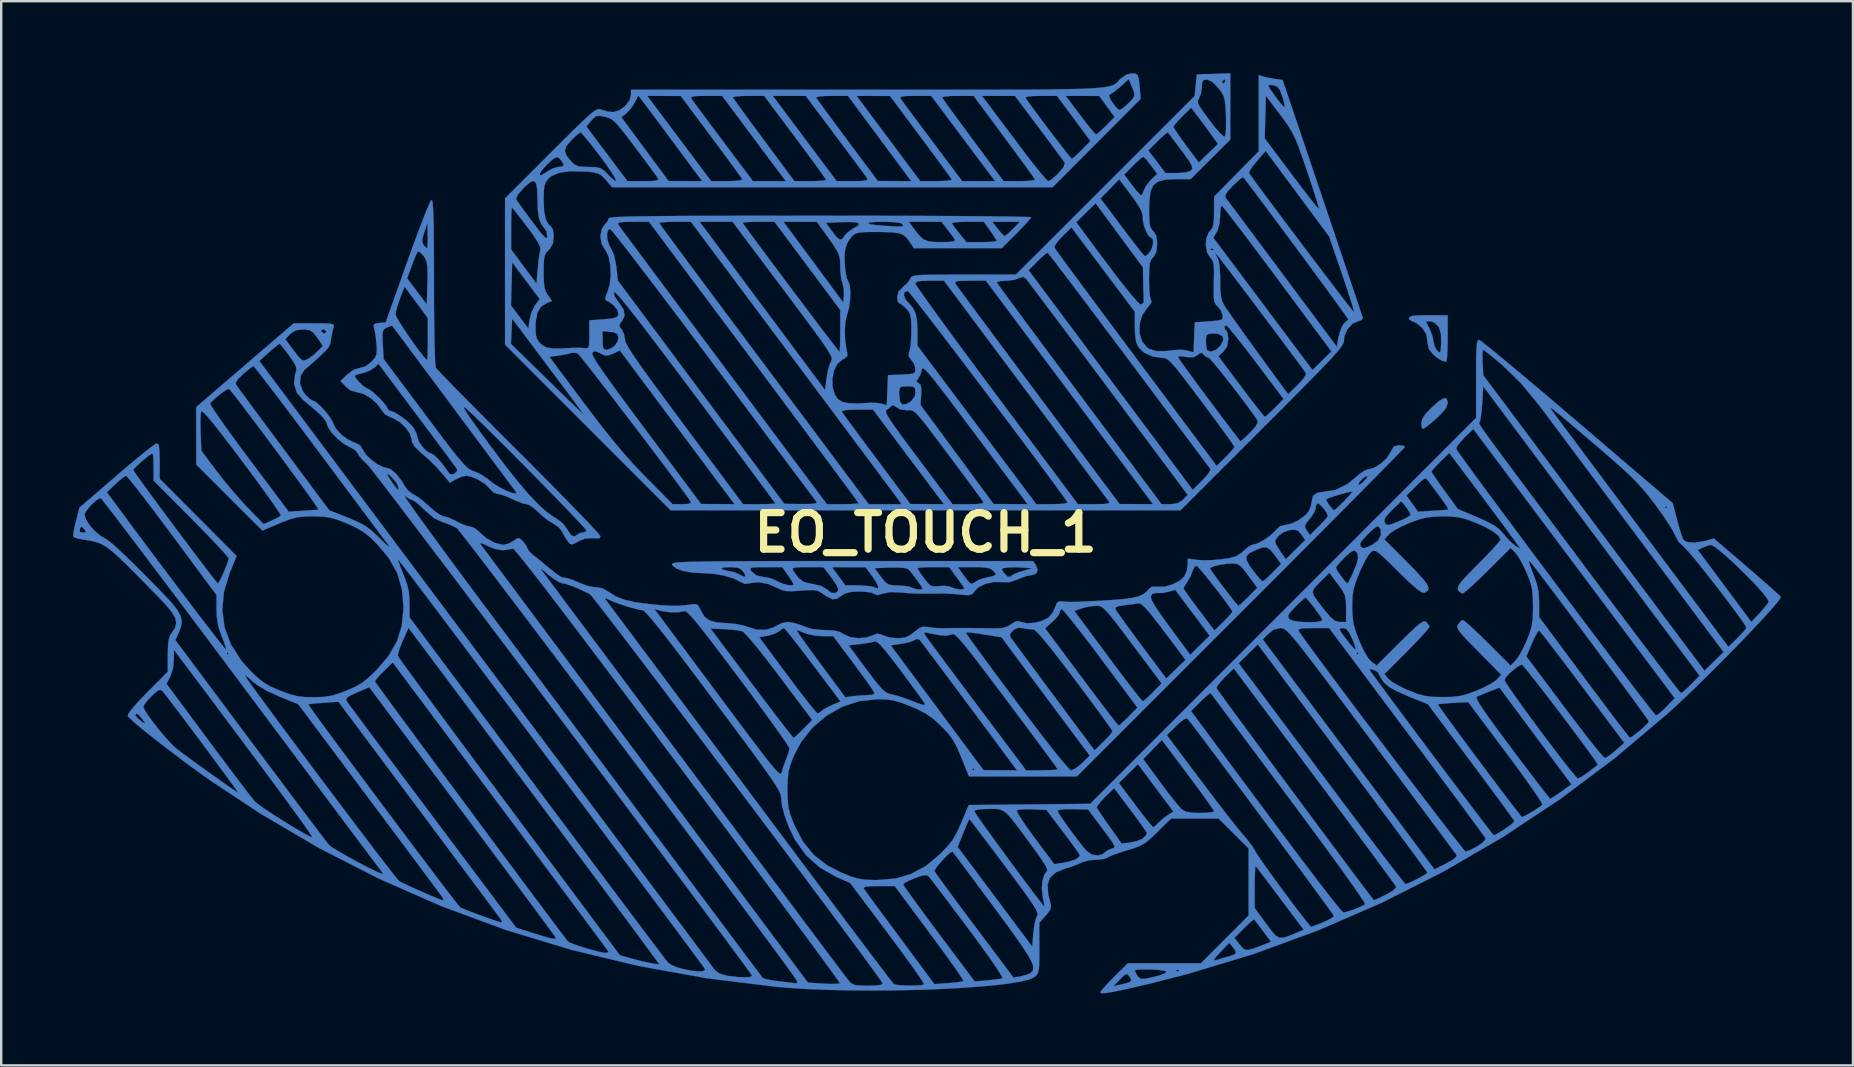
<source format=kicad_pcb>
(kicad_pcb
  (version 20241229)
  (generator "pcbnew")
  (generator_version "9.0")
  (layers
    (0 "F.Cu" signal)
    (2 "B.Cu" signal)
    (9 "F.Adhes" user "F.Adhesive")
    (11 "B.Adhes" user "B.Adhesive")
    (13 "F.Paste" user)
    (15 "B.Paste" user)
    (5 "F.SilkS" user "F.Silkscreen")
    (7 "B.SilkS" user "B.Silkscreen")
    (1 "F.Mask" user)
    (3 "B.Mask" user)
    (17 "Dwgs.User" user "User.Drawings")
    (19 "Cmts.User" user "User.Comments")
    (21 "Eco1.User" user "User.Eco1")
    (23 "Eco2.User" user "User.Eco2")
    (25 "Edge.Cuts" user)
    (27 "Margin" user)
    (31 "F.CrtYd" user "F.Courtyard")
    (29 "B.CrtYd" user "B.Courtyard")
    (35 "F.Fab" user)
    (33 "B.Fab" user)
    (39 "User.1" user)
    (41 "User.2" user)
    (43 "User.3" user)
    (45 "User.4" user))
  (footprint "EO_TOUCH_1"
    (layer "F.Cu")
    (at 35.524 19.147)
    (property "Reference" "EO_TOUCH_1" (at 0 0 0) (layer "F.SilkS") (effects (font (size 1.524 1.524) (thickness 0.3))))
    (attr through_hole)
    (fp_poly (pts (xy 21.71 -5.591) (xy 21.757 -5.45) (xy 21.759 -5.378) (xy 21.693 -5.195) (xy 21.489 -4.949) (xy 21.277 -4.748) (xy 21.038 -4.543) (xy 20.845 -4.39) (xy 20.735 -4.32) (xy 20.726 -4.318) (xy 20.678 -4.391) (xy 20.659 -4.56) (xy 20.695 -4.731) (xy 20.819 -4.924) (xy 21.054 -5.175) (xy 21.124 -5.242) (xy 21.407 -5.489) (xy 21.598 -5.604) (xy 21.71 -5.591)) (stroke (width 0.01) (type solid)) (fill yes) (layer "B.Cu"))
    (fp_poly (pts (xy 21.759 -8.086) (xy 21.754 -7.703) (xy 21.74 -7.392) (xy 21.72 -7.187) (xy 21.696 -7.119) (xy 21.567 -7.151) (xy 21.505 -7.172) (xy 21.361 -7.258) (xy 21.173 -7.409) (xy 21.145 -7.435) (xy 20.971 -7.657) (xy 20.914 -7.928) (xy 20.913 -7.981) (xy 20.871 -8.265) (xy 20.719 -8.502) (xy 20.665 -8.558) (xy 20.478 -8.715) (xy 20.317 -8.8) (xy 20.284 -8.805) (xy 20.846 -8.805) (xy 21.006 -8.491) (xy 21.11 -8.238) (xy 21.164 -8.008) (xy 21.167 -7.969) (xy 21.223 -7.743) (xy 21.315 -7.596) (xy 21.399 -7.512) (xy 21.446 -7.52) (xy 21.471 -7.644) (xy 21.488 -7.903) (xy 21.479 -8.282) (xy 21.4 -8.545) (xy 21.373 -8.59) (xy 21.199 -8.757) (xy 21.039 -8.805) (xy 20.846 -8.805) (xy 20.284 -8.805) (xy 20.168 -8.87) (xy 20.151 -8.932) (xy 20.179 -8.993) (xy 20.285 -9.031) (xy 20.495 -9.052) (xy 20.838 -9.059) (xy 20.955 -9.059) (xy 21.759 -9.059) (xy 21.759 -8.086)) (stroke (width 0.01) (type solid)) (fill yes) (layer "B.Cu"))
    (fp_poly (pts (xy 4.607 1.37) (xy 4.677 1.57) (xy 4.598 1.716) (xy 4.388 1.778) (xy 4.368 1.778) (xy 4.178 1.816) (xy 3.93 1.91) (xy 3.855 1.946) (xy 3.499 2.068) (xy 3.22 2.065) (xy 2.852 2.057) (xy 2.493 2.136) (xy 2.2 2.283) (xy 2.06 2.424) (xy 1.96 2.55) (xy 1.843 2.604) (xy 1.649 2.604) (xy 1.488 2.586) (xy 1.147 2.554) (xy 0.803 2.538) (xy 0.699 2.537) (xy 0.181 2.543) (xy -0.208 2.542) (xy -0.51 2.535) (xy -0.766 2.52) (xy -1.018 2.496) (xy -1.042 2.494) (xy -1.477 2.48) (xy -1.788 2.544) (xy -1.997 2.605) (xy -2.124 2.565) (xy -2.138 2.552) (xy -2.27 2.501) (xy -2.513 2.466) (xy -2.757 2.455) (xy -3.109 2.474) (xy -3.35 2.537) (xy -3.494 2.625) (xy -3.702 2.757) (xy -3.885 2.776) (xy -4.099 2.676) (xy -4.237 2.58) (xy -4.395 2.473) (xy -4.541 2.414) (xy -4.727 2.394) (xy -5.003 2.405) (xy -5.206 2.42) (xy -5.567 2.443) (xy -5.813 2.436) (xy -5.998 2.394) (xy -6.173 2.309) (xy -6.181 2.305) (xy -6.564 2.14) (xy -6.947 2.067) (xy -7.271 2.098) (xy -7.303 2.109) (xy -7.531 2.139) (xy -7.701 2.059) (xy -8.009 1.907) (xy -8.428 1.786) (xy -8.902 1.709) (xy -9.313 1.689) (xy -9.726 1.667) (xy -10.093 1.6) (xy -10.377 1.5) (xy -10.402 1.481) (xy -8.5 1.481) (xy -8.467 1.524) (xy -8.274 1.596) (xy -8.17 1.609) (xy -7.969 1.651) (xy -7.789 1.729) (xy -7.582 1.832) (xy -7.501 1.833) (xy -7.538 1.728) (xy -7.585 1.651) (xy -7.683 1.537) (xy -7.301 1.537) (xy -7.265 1.603) (xy -7.054 1.784) (xy -6.717 1.859) (xy -6.645 1.862) (xy -6.461 1.903) (xy -6.226 2.002) (xy -6.179 2.027) (xy -5.95 2.13) (xy -5.727 2.189) (xy -5.561 2.197) (xy -5.503 2.151) (xy -5.548 2.059) (xy -5.662 1.88) (xy -5.736 1.772) (xy -5.936 1.489) (xy -5.529 1.489) (xy -5.529 1.548) (xy -5.509 1.587) (xy -5.302 1.884) (xy -5.074 2.053) (xy -4.771 2.133) (xy -4.711 2.14) (xy -4.349 2.222) (xy -4.12 2.361) (xy -3.924 2.513) (xy -3.764 2.518) (xy -3.663 2.444) (xy -3.638 2.35) (xy -3.707 2.189) (xy -3.88 1.934) (xy -3.911 1.894) (xy -4.254 1.439) (xy -3.9 1.439) (xy -3.622 1.817) (xy -3.344 2.195) (xy -2.794 2.199) (xy -2.488 2.214) (xy -2.241 2.246) (xy -2.117 2.285) (xy -1.994 2.331) (xy -1.971 2.26) (xy -2.044 2.09) (xy -2.209 1.839) (xy -2.217 1.828) (xy -2.471 1.482) (xy -2.124 1.482) (xy -1.859 1.841) (xy -1.691 2.053) (xy -1.548 2.16) (xy -1.36 2.198) (xy -1.157 2.203) (xy -0.88 2.219) (xy -0.662 2.258) (xy -0.593 2.286) (xy -0.406 2.353) (xy -0.27 2.369) (xy -0.164 2.363) (xy -0.136 2.321) (xy -0.193 2.21) (xy -0.343 1.997) (xy -0.351 1.986) (xy -0.522 1.756) (xy -0.668 1.579) (xy -0.729 1.516) (xy -0.836 1.485) (xy -0.339 1.485) (xy -0.292 1.573) (xy -0.173 1.751) (xy -0.064 1.902) (xy 0.104 2.115) (xy 0.233 2.219) (xy 0.382 2.244) (xy 0.561 2.227) (xy 0.822 2.219) (xy 1.033 2.257) (xy 1.069 2.273) (xy 1.235 2.336) (xy 1.424 2.367) (xy 1.57 2.36) (xy 1.609 2.326) (xy 1.562 2.24) (xy 1.44 2.061) (xy 1.294 1.86) (xy 0.98 1.439) (xy 1.344 1.439) (xy 1.618 1.82) (xy 1.78 2.034) (xy 1.887 2.127) (xy 1.972 2.122) (xy 2.025 2.081) (xy 2.206 1.974) (xy 2.413 1.904) (xy 2.714 1.835) (xy 2.876 1.786) (xy 2.926 1.737) (xy 2.89 1.669) (xy 2.829 1.601) (xy 2.739 1.529) (xy 3.18 1.529) (xy 3.24 1.641) (xy 3.262 1.672) (xy 3.421 1.838) (xy 3.548 1.839) (xy 3.592 1.788) (xy 3.694 1.724) (xy 3.904 1.643) (xy 4.041 1.601) (xy 4.445 1.487) (xy 4.083 1.458) (xy 3.77 1.446) (xy 3.468 1.452) (xy 3.424 1.456) (xy 3.232 1.48) (xy 3.18 1.529) (xy 2.739 1.529) (xy 2.723 1.516) (xy 2.564 1.467) (xy 2.312 1.444) (xy 2.014 1.439) (xy 1.344 1.439) (xy 0.98 1.439) (xy 0.321 1.439) (xy 0.011 1.445) (xy -0.221 1.459) (xy -0.334 1.48) (xy -0.339 1.485) (xy -0.836 1.485) (xy -0.858 1.479) (xy -1.106 1.457) (xy -1.424 1.455) (xy -1.477 1.457) (xy -2.124 1.482) (xy -2.471 1.482) (xy -2.498 1.446) (xy -3.199 1.443) (xy -3.9 1.439) (xy -4.254 1.439) (xy -4.924 1.439) (xy -5.256 1.442) (xy -5.448 1.457) (xy -5.529 1.489) (xy -5.936 1.489) (xy -5.969 1.443) (xy -6.668 1.441) (xy -7.009 1.442) (xy -7.209 1.454) (xy -7.297 1.483) (xy -7.301 1.537) (xy -7.683 1.537) (xy -7.696 1.522) (xy -7.846 1.459) (xy -8.093 1.441) (xy -8.159 1.441) (xy -8.407 1.451) (xy -8.5 1.481) (xy -10.402 1.481) (xy -10.543 1.376) (xy -10.568 1.32) (xy -10.562 1.297) (xy -10.526 1.276) (xy -10.451 1.259) (xy -10.326 1.243) (xy -10.142 1.23) (xy -9.887 1.219) (xy -9.552 1.21) (xy -9.127 1.203) (xy -8.601 1.197) (xy -7.965 1.193) (xy -7.209 1.189) (xy -6.321 1.187) (xy -5.292 1.186) (xy -4.113 1.185) (xy -3.059 1.185) (xy 4.478 1.185) (xy 4.607 1.37)) (stroke (width 0.01) (type solid)) (fill yes) (layer "B.Cu"))
    (fp_poly (pts (xy -20.567 -13.839) (xy -20.544 -13.733) (xy -20.527 -13.535) (xy -20.513 -13.232) (xy -20.502 -12.813) (xy -20.495 -12.264) (xy -20.491 -11.575) (xy -20.489 -10.732) (xy -20.489 -10.458) (xy -20.488 -9.706) (xy -20.482 -9.004) (xy -20.474 -8.371) (xy -20.463 -7.825) (xy -20.45 -7.384) (xy -20.435 -7.069) (xy -20.419 -6.897) (xy -20.413 -6.873) (xy -20.34 -6.788) (xy -20.158 -6.596) (xy -19.878 -6.306) (xy -19.511 -5.93) (xy -19.067 -5.481) (xy -18.559 -4.968) (xy -17.997 -4.403) (xy -17.391 -3.797) (xy -16.941 -3.348) (xy -16.315 -2.722) (xy -15.725 -2.128) (xy -15.184 -1.58) (xy -14.702 -1.087) (xy -14.289 -0.66) (xy -13.957 -0.312) (xy -13.716 -0.052) (xy -13.578 0.108) (xy -13.547 0.155) (xy -13.593 0.233) (xy -13.753 0.241) (xy -13.835 0.229) (xy -14.193 0.249) (xy -14.428 0.345) (xy -14.638 0.457) (xy -14.753 0.494) (xy -14.827 0.46) (xy -14.914 0.36) (xy -15.04 0.17) (xy -15.139 -0.026) (xy -15.294 -0.231) (xy -15.515 -0.379) (xy -15.733 -0.508) (xy -15.988 -0.71) (xy -16.125 -0.84) (xy -16.339 -1.031) (xy -16.536 -1.157) (xy -16.633 -1.186) (xy -16.804 -1.223) (xy -17.055 -1.319) (xy -17.223 -1.397) (xy -17.492 -1.517) (xy -17.728 -1.594) (xy -17.827 -1.609) (xy -18.014 -1.678) (xy -18.153 -1.819) (xy -18.342 -2.012) (xy -18.621 -2.194) (xy -18.918 -2.327) (xy -19.139 -2.371) (xy -19.338 -2.328) (xy -19.566 -2.226) (xy -19.572 -2.223) (xy -19.825 -2.074) (xy -20.068 -2.371) (xy -20.36 -2.707) (xy -20.665 -3.011) (xy -21.046 -3.345) (xy -21.061 -3.358) (xy -21.295 -3.584) (xy -21.404 -3.777) (xy -21.421 -3.9) (xy -21.49 -4.125) (xy -21.668 -4.374) (xy -21.909 -4.602) (xy -22.168 -4.761) (xy -22.29 -4.801) (xy -22.53 -4.927) (xy -22.65 -5.084) (xy -22.846 -5.355) (xy -23.115 -5.599) (xy -23.406 -5.774) (xy -23.665 -5.842) (xy -23.668 -5.842) (xy -23.962 -5.923) (xy -24.156 -6.079) (xy -24.384 -6.317) (xy -24.164 -6.53) (xy -23.791 -6.53) (xy -23.734 -6.425) (xy -23.599 -6.268) (xy -23.439 -6.116) (xy -23.309 -6.021) (xy -23.278 -6.011) (xy -23.161 -5.954) (xy -22.978 -5.809) (xy -22.772 -5.617) (xy -22.587 -5.421) (xy -22.463 -5.261) (xy -22.437 -5.196) (xy -22.371 -5.091) (xy -22.322 -5.08) (xy -22.154 -5.025) (xy -21.919 -4.884) (xy -21.666 -4.695) (xy -21.445 -4.493) (xy -21.33 -4.353) (xy -21.218 -4.137) (xy -21.167 -3.95) (xy -21.167 -3.942) (xy -21.11 -3.78) (xy -20.973 -3.583) (xy -20.804 -3.407) (xy -20.651 -3.308) (xy -20.616 -3.302) (xy -20.492 -3.237) (xy -20.312 -3.069) (xy -20.115 -2.837) (xy -19.952 -2.602) (xy -19.833 -2.447) (xy -19.722 -2.422) (xy -19.637 -2.458) (xy -19.525 -2.569) (xy -19.53 -2.65) (xy -19.594 -2.741) (xy -19.748 -2.95) (xy -19.977 -3.26) (xy -20.27 -3.653) (xy -20.614 -4.114) (xy -20.995 -4.624) (xy -21.196 -4.892) (xy -22.801 -7.033) (xy -22.978 -6.868) (xy -23.184 -6.74) (xy -23.447 -6.649) (xy -23.474 -6.644) (xy -23.677 -6.593) (xy -23.786 -6.541) (xy -23.791 -6.53) (xy -24.164 -6.53) (xy -24.105 -6.587) (xy -23.827 -6.793) (xy -23.59 -6.858) (xy -23.333 -6.934) (xy -23.1 -7.113) (xy -22.955 -7.273) (xy -22.885 -7.421) (xy -22.869 -7.622) (xy -22.883 -7.854) (xy -22.915 -8.157) (xy -22.93 -8.25) (xy -22.633 -8.25) (xy -22.627 -7.984) (xy -22.62 -7.848) (xy -22.587 -7.239) (xy -20.874 -4.949) (xy -20.409 -4.328) (xy -20.031 -3.828) (xy -19.73 -3.436) (xy -19.492 -3.139) (xy -19.307 -2.921) (xy -19.161 -2.768) (xy -19.043 -2.668) (xy -18.94 -2.604) (xy -18.841 -2.564) (xy -18.813 -2.555) (xy -18.525 -2.426) (xy -18.24 -2.235) (xy -18.175 -2.178) (xy -17.993 -2.035) (xy -17.766 -1.895) (xy -17.526 -1.772) (xy -17.306 -1.679) (xy -17.139 -1.631) (xy -17.055 -1.641) (xy -17.082 -1.714) (xy -17.148 -1.802) (xy -17.304 -2.011) (xy -17.542 -2.33) (xy -17.851 -2.744) (xy -18.221 -3.24) (xy -18.642 -3.805) (xy -19.104 -4.426) (xy -19.597 -5.088) (xy -19.686 -5.207) (xy -19.705 -5.233) (xy -19.24 -5.233) (xy -19.237 -5.184) (xy -19.152 -5.035) (xy -18.98 -4.779) (xy -18.717 -4.407) (xy -18.357 -3.913) (xy -18.121 -3.592) (xy -17.53 -2.807) (xy -17.016 -2.157) (xy -16.568 -1.628) (xy -16.176 -1.211) (xy -15.83 -0.895) (xy -15.519 -0.667) (xy -15.385 -0.588) (xy -15.112 -0.379) (xy -14.925 -0.124) (xy -14.783 0.094) (xy -14.642 0.168) (xy -14.523 0.088) (xy -14.52 0.085) (xy -14.401 0.014) (xy -14.304 0) (xy -14.169 -0.039) (xy -14.139 -0.091) (xy -14.197 -0.17) (xy -14.36 -0.352) (xy -14.613 -0.622) (xy -14.94 -0.966) (xy -15.328 -1.367) (xy -15.76 -1.811) (xy -16.222 -2.282) (xy -16.698 -2.765) (xy -17.173 -3.244) (xy -17.632 -3.704) (xy -18.061 -4.13) (xy -18.443 -4.507) (xy -18.764 -4.818) (xy -19.008 -5.049) (xy -19.161 -5.185) (xy -19.166 -5.188) (xy -19.24 -5.233) (xy -19.705 -5.233) (xy -20.18 -5.872) (xy -20.644 -6.495) (xy -21.066 -7.062) (xy -21.437 -7.561) (xy -21.748 -7.979) (xy -21.989 -8.302) (xy -22.151 -8.519) (xy -22.222 -8.614) (xy -22.225 -8.618) (xy -22.307 -8.605) (xy -22.449 -8.549) (xy -22.555 -8.49) (xy -22.612 -8.404) (xy -22.633 -8.25) (xy -22.93 -8.25) (xy -22.956 -8.414) (xy -22.983 -8.524) (xy -23.005 -8.653) (xy -22.923 -8.713) (xy -22.773 -8.736) (xy -22.5 -8.763) (xy -22.381 -9.096) (xy -22.094 -9.096) (xy -22.049 -8.985) (xy -21.927 -8.774) (xy -21.75 -8.497) (xy -21.539 -8.184) (xy -21.318 -7.868) (xy -21.109 -7.58) (xy -20.932 -7.354) (xy -20.812 -7.219) (xy -20.776 -7.197) (xy -20.763 -7.275) (xy -20.752 -7.488) (xy -20.745 -7.8) (xy -20.743 -8.069) (xy -20.743 -8.941) (xy -21.229 -9.596) (xy -21.714 -10.25) (xy -21.902 -9.761) (xy -22.003 -9.47) (xy -22.073 -9.221) (xy -22.094 -9.096) (xy -22.381 -9.096) (xy -21.847 -10.598) (xy -21.605 -10.598) (xy -21.195 -10.053) (xy -20.786 -9.508) (xy -20.762 -10.388) (xy -20.754 -10.796) (xy -20.762 -11.075) (xy -20.791 -11.265) (xy -20.846 -11.408) (xy -20.92 -11.525) (xy -21.052 -11.673) (xy -21.149 -11.72) (xy -21.164 -11.712) (xy -21.223 -11.601) (xy -21.316 -11.379) (xy -21.415 -11.12) (xy -21.605 -10.598) (xy -21.847 -10.598) (xy -21.599 -11.296) (xy -21.375 -11.917) (xy -21.309 -12.096) (xy -20.973 -12.096) (xy -20.916 -11.984) (xy -20.813 -11.877) (xy -20.775 -11.853) (xy -20.76 -11.93) (xy -20.751 -12.131) (xy -20.751 -12.383) (xy -20.76 -12.912) (xy -20.892 -12.513) (xy -20.966 -12.255) (xy -20.973 -12.096) (xy -21.309 -12.096) (xy -21.166 -12.484) (xy -20.977 -12.979) (xy -20.818 -13.383) (xy -20.694 -13.676) (xy -20.615 -13.838) (xy -20.594 -13.865) (xy -20.567 -13.839)) (stroke (width 0.01) (type solid)) (fill yes) (layer "B.Cu"))
    (fp_poly (pts (xy 12.7 -16.38) (xy 11.873 -15.556) (xy 11.046 -14.732) (xy 10.47 -14.732) (xy 10.02 -14.712) (xy 9.702 -14.636) (xy 9.495 -14.48) (xy 9.377 -14.22) (xy 9.325 -13.834) (xy 9.316 -13.496) (xy 9.32 -13.118) (xy 9.338 -12.87) (xy 9.379 -12.712) (xy 9.448 -12.607) (xy 9.483 -12.573) (xy 9.603 -12.397) (xy 9.65 -12.126) (xy 9.652 -12.023) (xy 9.623 -11.715) (xy 9.526 -11.517) (xy 9.483 -11.472) (xy 9.401 -11.377) (xy 9.351 -11.244) (xy 9.324 -11.035) (xy 9.314 -10.711) (xy 9.313 -10.533) (xy 9.323 -10.141) (xy 9.35 -9.855) (xy 9.392 -9.704) (xy 9.405 -9.69) (xy 9.414 -9.597) (xy 9.294 -9.425) (xy 9.24 -9.367) (xy 9.026 -9.051) (xy 8.92 -8.686) (xy 8.918 -8.315) (xy 9.02 -7.98) (xy 9.222 -7.724) (xy 9.331 -7.653) (xy 9.615 -7.565) (xy 9.983 -7.565) (xy 10.022 -7.569) (xy 10.356 -7.605) (xy 10.573 -7.62) (xy 10.725 -7.616) (xy 10.863 -7.592) (xy 10.939 -7.574) (xy 11.168 -7.517) (xy 11.187 -7.973) (xy 11.684 -7.973) (xy 11.698 -7.748) (xy 11.734 -7.603) (xy 11.744 -7.588) (xy 11.895 -7.543) (xy 12.092 -7.612) (xy 12.278 -7.774) (xy 12.293 -7.794) (xy 12.41 -8.026) (xy 12.373 -8.192) (xy 12.186 -8.283) (xy 12.014 -8.297) (xy 11.801 -8.288) (xy 11.707 -8.228) (xy 11.685 -8.069) (xy 11.684 -7.973) (xy 11.187 -7.973) (xy 11.193 -8.14) (xy 11.218 -8.763) (xy 11.811 -8.805) (xy 12.12 -8.831) (xy 12.295 -8.862) (xy 12.372 -8.915) (xy 12.386 -9.006) (xy 12.382 -9.059) (xy 12.301 -9.273) (xy 12.176 -9.424) (xy 12.093 -9.507) (xy 12.04 -9.611) (xy 12.014 -9.773) (xy 12.006 -10.029) (xy 12.013 -10.416) (xy 12.013 -10.443) (xy 12.02 -10.84) (xy 12.013 -11.106) (xy 11.986 -11.275) (xy 11.935 -11.385) (xy 11.859 -11.467) (xy 11.744 -11.658) (xy 12.057 -11.658) (xy 12.087 -11.594) (xy 12.137 -11.517) (xy 12.211 -11.351) (xy 12.256 -11.104) (xy 12.275 -10.739) (xy 12.277 -10.528) (xy 12.283 -10.132) (xy 12.308 -9.857) (xy 12.359 -9.654) (xy 12.445 -9.477) (xy 12.467 -9.441) (xy 12.574 -9.282) (xy 12.763 -9.01) (xy 13.017 -8.651) (xy 13.318 -8.228) (xy 13.65 -7.767) (xy 13.994 -7.292) (xy 14.332 -6.827) (xy 14.648 -6.397) (xy 14.819 -6.166) (xy 15.113 -5.771) (xy 15.511 -6.159) (xy 15.706 -6.37) (xy 15.83 -6.543) (xy 15.855 -6.639) (xy 15.781 -6.746) (xy 15.62 -6.967) (xy 15.386 -7.283) (xy 15.095 -7.675) (xy 14.759 -8.124) (xy 14.395 -8.612) (xy 14.015 -9.118) (xy 13.634 -9.624) (xy 13.266 -10.111) (xy 12.926 -10.56) (xy 12.629 -10.952) (xy 12.387 -11.268) (xy 12.216 -11.489) (xy 12.13 -11.595) (xy 12.126 -11.599) (xy 12.057 -11.658) (xy 11.744 -11.658) (xy 11.728 -11.684) (xy 11.703 -11.825) (xy 11.882 -11.825) (xy 11.893 -11.775) (xy 11.938 -11.769) (xy 12.008 -11.8) (xy 11.994 -11.825) (xy 11.894 -11.835) (xy 11.882 -11.825) (xy 11.703 -11.825) (xy 11.676 -11.98) (xy 11.704 -12.284) (xy 11.706 -12.289) (xy 11.994 -12.289) (xy 14.06 -9.532) (xy 16.125 -6.775) (xy 16.52 -7.164) (xy 16.914 -7.553) (xy 14.659 -10.588) (xy 14.191 -11.217) (xy 13.753 -11.801) (xy 13.355 -12.328) (xy 13.008 -12.784) (xy 12.723 -13.156) (xy 12.51 -13.428) (xy 12.378 -13.589) (xy 12.34 -13.627) (xy 12.304 -13.554) (xy 12.281 -13.36) (xy 12.277 -13.2) (xy 12.245 -12.863) (xy 12.162 -12.58) (xy 12.135 -12.529) (xy 11.994 -12.289) (xy 11.706 -12.289) (xy 11.812 -12.528) (xy 11.853 -12.573) (xy 11.943 -12.683) (xy 11.995 -12.84) (xy 12.018 -13.089) (xy 12.023 -13.365) (xy 12.023 -14.003) (xy 12.087 -14.068) (xy 12.493 -14.068) (xy 12.497 -13.966) (xy 12.506 -13.954) (xy 12.573 -13.865) (xy 12.732 -13.654) (xy 12.97 -13.336) (xy 13.277 -12.925) (xy 13.643 -12.435) (xy 14.057 -11.88) (xy 14.509 -11.275) (xy 14.867 -10.795) (xy 17.139 -7.747) (xy 17.193 -8.067) (xy 17.259 -8.342) (xy 17.35 -8.58) (xy 17.358 -8.596) (xy 17.462 -8.749) (xy 17.54 -8.805) (xy 17.609 -8.87) (xy 17.611 -8.891) (xy 17.562 -8.968) (xy 17.425 -9.164) (xy 17.211 -9.461) (xy 16.934 -9.842) (xy 16.605 -10.292) (xy 16.238 -10.792) (xy 15.846 -11.325) (xy 15.439 -11.875) (xy 15.032 -12.425) (xy 14.637 -12.957) (xy 14.266 -13.455) (xy 13.931 -13.902) (xy 13.647 -14.28) (xy 13.424 -14.573) (xy 13.276 -14.763) (xy 13.235 -14.813) (xy 13.164 -14.777) (xy 13.009 -14.648) (xy 12.809 -14.458) (xy 12.592 -14.224) (xy 12.493 -14.068) (xy 12.087 -14.068) (xy 12.954 -14.947) (xy 13.002 -14.996) (xy 13.477 -14.996) (xy 13.536 -14.905) (xy 13.682 -14.7) (xy 13.904 -14.397) (xy 14.189 -14.012) (xy 14.523 -13.564) (xy 14.894 -13.067) (xy 15.29 -12.541) (xy 15.697 -12) (xy 16.104 -11.462) (xy 16.497 -10.944) (xy 16.863 -10.463) (xy 17.19 -10.035) (xy 17.466 -9.677) (xy 17.677 -9.407) (xy 17.811 -9.241) (xy 17.855 -9.193) (xy 17.839 -9.279) (xy 17.775 -9.499) (xy 17.671 -9.83) (xy 17.535 -10.246) (xy 17.375 -10.722) (xy 17.355 -10.781) (xy 16.821 -12.339) (xy 15.498 -14.124) (xy 14.174 -15.908) (xy 13.812 -15.488) (xy 13.631 -15.263) (xy 13.51 -15.085) (xy 13.477 -14.996) (xy 13.002 -14.996) (xy 13.885 -15.891) (xy 13.885 -16.431) (xy 14.134 -16.431) (xy 15.249 -14.944) (xy 15.575 -14.513) (xy 15.866 -14.134) (xy 16.107 -13.826) (xy 16.284 -13.607) (xy 16.381 -13.497) (xy 16.395 -13.488) (xy 16.379 -13.574) (xy 16.315 -13.795) (xy 16.211 -14.126) (xy 16.076 -14.542) (xy 15.916 -15.019) (xy 15.896 -15.078) (xy 15.708 -15.627) (xy 15.557 -16.047) (xy 15.426 -16.373) (xy 15.301 -16.637) (xy 15.166 -16.873) (xy 15.004 -17.112) (xy 14.8 -17.389) (xy 14.774 -17.423) (xy 14.182 -18.209) (xy 14.158 -17.32) (xy 14.134 -16.431) (xy 13.885 -16.431) (xy 13.885 -18.643) (xy 14.292 -18.643) (xy 14.309 -18.569) (xy 14.409 -18.412) (xy 14.601 -18.147) (xy 14.64 -18.092) (xy 14.801 -17.886) (xy 14.921 -17.757) (xy 14.967 -17.732) (xy 14.963 -17.826) (xy 14.914 -18.028) (xy 14.864 -18.189) (xy 14.765 -18.445) (xy 14.663 -18.579) (xy 14.521 -18.637) (xy 14.479 -18.645) (xy 14.351 -18.66) (xy 14.292 -18.643) (xy 13.885 -18.643) (xy 13.885 -19.07) (xy 14.076 -19.008) (xy 14.293 -18.954) (xy 14.559 -18.907) (xy 14.573 -18.906) (xy 14.88 -18.865) (xy 16.543 -13.941) (xy 16.839 -13.066) (xy 17.118 -12.238) (xy 17.376 -11.471) (xy 17.609 -10.779) (xy 17.812 -10.176) (xy 17.98 -9.676) (xy 18.108 -9.294) (xy 18.191 -9.042) (xy 18.226 -8.936) (xy 18.226 -8.934) (xy 18.171 -8.859) (xy 18.062 -8.823) (xy 17.795 -8.706) (xy 17.578 -8.473) (xy 17.455 -8.181) (xy 17.441 -8.053) (xy 17.436 -7.982) (xy 17.415 -7.906) (xy 17.369 -7.814) (xy 17.288 -7.695) (xy 17.164 -7.541) (xy 16.987 -7.34) (xy 16.748 -7.083) (xy 16.439 -6.761) (xy 16.049 -6.363) (xy 15.569 -5.878) (xy 14.992 -5.298) (xy 14.306 -4.612) (xy 14.033 -4.339) (xy 10.625 -0.931) (xy -10.626 -0.931) (xy -14.076 -4.382) (xy -17.526 -7.832) (xy -17.526 -7.868) (xy -17.28 -7.868) (xy -15.773 -6.393) (xy -15.359 -5.989) (xy -14.987 -5.626) (xy -14.673 -5.322) (xy -14.434 -5.092) (xy -14.286 -4.951) (xy -14.245 -4.914) (xy -14.288 -4.978) (xy -14.42 -5.161) (xy -14.63 -5.446) (xy -14.905 -5.816) (xy -15.232 -6.255) (xy -15.6 -6.747) (xy -15.726 -6.915) (xy -16.032 -7.324) (xy -15.675 -7.324) (xy -14.22 -5.376) (xy -13.628 -4.596) (xy -13.102 -3.931) (xy -12.619 -3.351) (xy -12.154 -2.83) (xy -11.683 -2.337) (xy -11.654 -2.307) (xy -10.543 -1.185) (xy -10.135 -1.185) (xy -9.887 -1.197) (xy -9.784 -1.236) (xy -9.791 -1.291) (xy -9.891 -1.44) (xy -10.076 -1.697) (xy -10.333 -2.047) (xy -10.649 -2.472) (xy -11.013 -2.956) (xy -11.411 -3.483) (xy -11.831 -4.037) (xy -12.26 -4.6) (xy -12.686 -5.156) (xy -13.095 -5.69) (xy -13.477 -6.183) (xy -13.817 -6.62) (xy -14.103 -6.985) (xy -14.323 -7.26) (xy -14.464 -7.43) (xy -14.471 -7.437) (xy -13.888 -7.437) (xy -13.841 -7.324) (xy -13.736 -7.144) (xy -13.568 -6.887) (xy -13.329 -6.544) (xy -13.013 -6.103) (xy -12.613 -5.557) (xy -12.121 -4.893) (xy -11.668 -4.286) (xy -9.356 -1.193) (xy -7.964 -1.185) (xy -10.353 -4.389) (xy -12.742 -7.592) (xy -13.024 -7.46) (xy -13.229 -7.38) (xy -13.378 -7.384) (xy -13.549 -7.467) (xy -13.729 -7.553) (xy -13.836 -7.54) (xy -13.886 -7.493) (xy -13.888 -7.437) (xy -14.471 -7.437) (xy -14.512 -7.478) (xy -14.698 -7.499) (xy -14.766 -7.485) (xy -14.918 -7.445) (xy -15.163 -7.4) (xy -15.28 -7.381) (xy -15.675 -7.324) (xy -16.032 -7.324) (xy -17.23 -8.92) (xy -17.255 -8.394) (xy -17.28 -7.868) (xy -17.526 -7.868) (xy -17.526 -9.464) (xy -17.278 -9.464) (xy -16.916 -8.986) (xy -16.554 -8.509) (xy -16.505 -8.87) (xy -16.427 -9.167) (xy -16.298 -9.441) (xy -16.27 -9.482) (xy -16.083 -9.735) (xy -16.656 -10.5) (xy -17.23 -11.266) (xy -17.254 -10.365) (xy -17.278 -9.464) (xy -17.526 -9.464) (xy -17.526 -12.673) (xy -17.272 -12.673) (xy -17.272 -11.8) (xy -16.743 -11.089) (xy -16.214 -10.379) (xy -16.162 -11.01) (xy -16.13 -11.338) (xy -16.09 -11.611) (xy -16.053 -11.775) (xy -16.05 -11.783) (xy -16.059 -11.902) (xy -16.161 -12.107) (xy -16.362 -12.413) (xy -16.598 -12.736) (xy -16.837 -13.05) (xy -17.037 -13.307) (xy -17.178 -13.481) (xy -17.24 -13.547) (xy -17.24 -13.547) (xy -17.253 -13.468) (xy -17.264 -13.255) (xy -17.27 -12.943) (xy -17.272 -12.673) (xy -17.526 -12.673) (xy -17.526 -13.928) (xy -17.064 -13.928) (xy -17.054 -13.872) (xy -16.978 -13.762) (xy -16.824 -13.547) (xy -16.614 -13.261) (xy -16.388 -12.954) (xy -16.131 -12.614) (xy -15.956 -12.399) (xy -15.845 -12.294) (xy -15.786 -12.284) (xy -15.764 -12.34) (xy -15.799 -12.551) (xy -15.876 -12.671) (xy -16.021 -12.863) (xy -16.113 -13.114) (xy -16.16 -13.461) (xy -16.171 -13.88) (xy -16.184 -14.294) (xy -16.229 -14.549) (xy -16.318 -14.653) (xy -16.461 -14.616) (xy -16.669 -14.446) (xy -16.759 -14.357) (xy -16.982 -14.1) (xy -17.064 -13.928) (xy -17.526 -13.928) (xy -17.526 -13.929) (xy -16.563 -14.892) (xy -16.076 -14.892) (xy -15.98 -14.909) (xy -15.804 -15.024) (xy -15.568 -15.163) (xy -15.341 -15.236) (xy -15.296 -15.24) (xy -15.118 -15.264) (xy -15.088 -15.35) (xy -15.189 -15.515) (xy -15.293 -15.626) (xy -15.397 -15.644) (xy -15.539 -15.559) (xy -15.756 -15.359) (xy -15.766 -15.35) (xy -15.967 -15.131) (xy -16.071 -14.972) (xy -16.076 -14.892) (xy -16.563 -14.892) (xy -15.626 -15.828) (xy -15.545 -15.909) (xy -15.035 -15.909) (xy -14.962 -15.706) (xy -14.772 -15.473) (xy -14.627 -15.34) (xy -14.468 -15.269) (xy -14.236 -15.243) (xy -14.044 -15.24) (xy -13.747 -15.231) (xy -13.555 -15.19) (xy -13.403 -15.093) (xy -13.264 -14.954) (xy -13.048 -14.737) (xy -12.928 -14.648) (xy -12.901 -14.677) (xy -12.963 -14.816) (xy -13.112 -15.056) (xy -13.343 -15.388) (xy -13.547 -15.663) (xy -13.818 -16.018) (xy -14.056 -16.318) (xy -14.242 -16.541) (xy -14.355 -16.663) (xy -14.379 -16.679) (xy -14.469 -16.623) (xy -14.633 -16.48) (xy -14.766 -16.35) (xy -14.97 -16.107) (xy -15.035 -15.909) (xy -15.545 -15.909) (xy -15.098 -16.354) (xy -14.677 -16.772) (xy -14.52 -16.925) (xy -14.135 -16.925) (xy -13.28 -15.786) (xy -12.425 -14.647) (xy -11.754 -14.647) (xy -11.416 -14.653) (xy -11.221 -14.672) (xy -11.143 -14.709) (xy -11.151 -14.762) (xy -11.222 -14.865) (xy -11.377 -15.079) (xy -11.598 -15.379) (xy -11.866 -15.74) (xy -12.105 -16.06) (xy -12.43 -16.49) (xy -12.675 -16.803) (xy -12.86 -17.021) (xy -13.005 -17.163) (xy -13.131 -17.249) (xy -13.258 -17.301) (xy -13.29 -17.309) (xy -12.675 -17.309) (xy -11.693 -15.981) (xy -10.71 -14.653) (xy -9.313 -14.647) (xy -10.301 -15.981) (xy -10.633 -16.429) (xy -10.956 -16.864) (xy -11.246 -17.253) (xy -11.48 -17.567) (xy -11.629 -17.766) (xy -11.958 -18.203) (xy -11.6 -18.203) (xy -8.934 -14.647) (xy -8.27 -14.647) (xy -7.963 -14.656) (xy -7.739 -14.678) (xy -7.636 -14.71) (xy -7.634 -14.72) (xy -7.691 -14.805) (xy -7.835 -15.007) (xy -8.052 -15.305) (xy -8.329 -15.682) (xy -8.652 -16.118) (xy -8.932 -16.494) (xy -10.157 -18.136) (xy -9.774 -18.136) (xy -9.768 -18.098) (xy -9.701 -18.003) (xy -9.547 -17.792) (xy -9.32 -17.486) (xy -9.036 -17.104) (xy -8.709 -16.666) (xy -8.449 -16.32) (xy -7.193 -14.647) (xy -5.822 -14.647) (xy -6.03 -14.922) (xy -6.142 -15.071) (xy -6.337 -15.331) (xy -6.596 -15.678) (xy -6.902 -16.088) (xy -7.237 -16.537) (xy -7.359 -16.701) (xy -8.428 -18.135) (xy -8.029 -18.135) (xy -7.973 -18.051) (xy -7.83 -17.85) (xy -7.613 -17.551) (xy -7.337 -17.174) (xy -7.015 -16.737) (xy -6.734 -16.357) (xy -5.466 -14.647) (xy -4.808 -14.647) (xy -4.498 -14.654) (xy -4.266 -14.671) (xy -4.154 -14.695) (xy -4.149 -14.702) (xy -4.197 -14.782) (xy -4.334 -14.979) (xy -4.546 -15.273) (xy -4.819 -15.646) (xy -5.14 -16.08) (xy -5.438 -16.48) (xy -6.728 -18.203) (xy -6.37 -18.203) (xy -6.163 -17.928) (xy -6.051 -17.78) (xy -5.856 -17.52) (xy -5.596 -17.173) (xy -5.289 -16.764) (xy -4.954 -16.316) (xy -4.83 -16.15) (xy -3.704 -14.647) (xy -3.033 -14.647) (xy -2.689 -14.654) (xy -2.491 -14.675) (xy -2.417 -14.715) (xy -2.424 -14.753) (xy -2.491 -14.848) (xy -2.645 -15.058) (xy -2.872 -15.364) (xy -3.156 -15.746) (xy -3.483 -16.184) (xy -3.743 -16.531) (xy -4.944 -18.131) (xy -4.558 -18.131) (xy -4.501 -18.046) (xy -4.357 -17.844) (xy -4.14 -17.545) (xy -3.863 -17.168) (xy -3.54 -16.733) (xy -3.26 -16.356) (xy -1.99 -14.654) (xy -1.294 -14.651) (xy -0.598 -14.647) (xy -1.917 -16.425) (xy -3.236 -18.203) (xy -2.876 -18.203) (xy -0.22 -14.647) (xy 0.447 -14.647) (xy 0.755 -14.656) (xy 0.98 -14.678) (xy 1.084 -14.71) (xy 1.087 -14.72) (xy 1.03 -14.805) (xy 0.886 -15.007) (xy 0.668 -15.305) (xy 0.391 -15.682) (xy 0.069 -16.118) (xy -0.212 -16.494) (xy -1.436 -18.135) (xy -1.054 -18.135) (xy -1.047 -18.098) (xy -0.98 -18.003) (xy -0.826 -17.792) (xy -0.6 -17.486) (xy -0.316 -17.104) (xy 0.012 -16.666) (xy 0.272 -16.32) (xy 1.527 -14.647) (xy 2.899 -14.647) (xy 2.691 -14.922) (xy 2.58 -15.071) (xy 2.385 -15.331) (xy 2.125 -15.677) (xy 1.818 -16.087) (xy 1.482 -16.535) (xy 1.359 -16.701) (xy 0.287 -18.131) (xy 0.691 -18.131) (xy 0.748 -18.045) (xy 0.891 -17.843) (xy 1.108 -17.544) (xy 1.384 -17.166) (xy 1.706 -16.73) (xy 1.985 -16.353) (xy 3.249 -14.647) (xy 3.918 -14.647) (xy 4.225 -14.656) (xy 4.451 -14.678) (xy 4.555 -14.71) (xy 4.558 -14.72) (xy 4.502 -14.805) (xy 4.358 -15.007) (xy 4.141 -15.307) (xy 3.865 -15.684) (xy 3.544 -16.121) (xy 3.265 -16.498) (xy 2 -18.203) (xy 2.351 -18.203) (xy 2.558 -17.928) (xy 2.67 -17.78) (xy 2.864 -17.52) (xy 3.124 -17.173) (xy 3.431 -16.764) (xy 3.767 -16.316) (xy 3.891 -16.15) (xy 4.222 -15.714) (xy 4.523 -15.327) (xy 4.78 -15.01) (xy 4.974 -14.781) (xy 5.092 -14.661) (xy 5.116 -14.647) (xy 5.226 -14.704) (xy 5.404 -14.849) (xy 5.538 -14.978) (xy 5.745 -15.225) (xy 5.804 -15.389) (xy 5.793 -15.423) (xy 5.723 -15.523) (xy 5.568 -15.736) (xy 5.344 -16.039) (xy 5.069 -16.408) (xy 4.759 -16.822) (xy 4.723 -16.87) (xy 3.775 -18.132) (xy 4.163 -18.132) (xy 4.225 -18.033) (xy 4.368 -17.831) (xy 4.572 -17.552) (xy 4.819 -17.221) (xy 5.087 -16.863) (xy 5.359 -16.506) (xy 5.615 -16.174) (xy 5.834 -15.892) (xy 5.998 -15.688) (xy 6.088 -15.586) (xy 6.097 -15.579) (xy 6.177 -15.634) (xy 6.337 -15.779) (xy 6.508 -15.949) (xy 6.871 -16.318) (xy 6.174 -17.261) (xy 5.476 -18.203) (xy 5.839 -18.203) (xy 6.443 -17.399) (xy 6.683 -17.086) (xy 6.888 -16.83) (xy 7.036 -16.657) (xy 7.105 -16.595) (xy 7.19 -16.651) (xy 7.352 -16.795) (xy 7.518 -16.958) (xy 7.875 -17.321) (xy 7.239 -18.198) (xy 6.539 -18.201) (xy 5.839 -18.203) (xy 5.476 -18.203) (xy 4.805 -18.203) (xy 4.497 -18.195) (xy 4.271 -18.173) (xy 4.166 -18.142) (xy 4.163 -18.132) (xy 3.775 -18.132) (xy 3.721 -18.203) (xy 2.351 -18.203) (xy 2 -18.203) (xy 1.332 -18.203) (xy 1.024 -18.195) (xy 0.799 -18.173) (xy 0.694 -18.141) (xy 0.691 -18.131) (xy 0.287 -18.131) (xy 0.233 -18.203) (xy -0.439 -18.203) (xy -0.783 -18.197) (xy -0.98 -18.176) (xy -1.054 -18.135) (xy -1.436 -18.135) (xy -1.482 -18.197) (xy -2.179 -18.2) (xy -2.876 -18.203) (xy -3.236 -18.203) (xy -3.911 -18.203) (xy -4.22 -18.195) (xy -4.448 -18.173) (xy -4.555 -18.141) (xy -4.558 -18.131) (xy -4.944 -18.131) (xy -4.999 -18.203) (xy -6.37 -18.203) (xy -6.728 -18.203) (xy -7.393 -18.203) (xy -7.699 -18.195) (xy -7.924 -18.174) (xy -8.027 -18.144) (xy -8.029 -18.135) (xy -8.428 -18.135) (xy -8.48 -18.203) (xy -9.155 -18.203) (xy -9.501 -18.197) (xy -9.699 -18.176) (xy -9.774 -18.136) (xy -10.157 -18.136) (xy -10.202 -18.197) (xy -10.901 -18.2) (xy -11.6 -18.203) (xy -11.958 -18.203) (xy -11.966 -18.213) (xy 7.643 -18.213) (xy 7.687 -18.085) (xy 7.79 -17.922) (xy 7.935 -17.733) (xy 8.052 -17.623) (xy 8.082 -17.611) (xy 8.186 -17.665) (xy 8.357 -17.803) (xy 8.441 -17.881) (xy 8.625 -18.068) (xy 8.702 -18.206) (xy 8.685 -18.362) (xy 8.594 -18.597) (xy 8.467 -18.901) (xy 8.14 -18.605) (xy 7.931 -18.428) (xy 7.758 -18.303) (xy 7.696 -18.271) (xy 7.643 -18.213) (xy -11.966 -18.213) (xy -11.969 -18.218) (xy -12.121 -17.922) (xy -12.277 -17.68) (xy -12.455 -17.484) (xy -12.474 -17.468) (xy -12.675 -17.309) (xy -13.29 -17.309) (xy -13.359 -17.327) (xy -13.594 -17.372) (xy -13.739 -17.351) (xy -13.866 -17.243) (xy -13.93 -17.169) (xy -14.135 -16.925) (xy -14.52 -16.925) (xy -14.347 -17.094) (xy -14.096 -17.33) (xy -13.909 -17.492) (xy -13.773 -17.593) (xy -13.675 -17.643) (xy -13.6 -17.655) (xy -13.535 -17.639) (xy -13.505 -17.626) (xy -13.249 -17.55) (xy -13.028 -17.526) (xy -12.769 -17.596) (xy -12.523 -17.774) (xy -12.342 -18.01) (xy -12.277 -18.239) (xy -12.277 -18.457) (xy -2.409 -18.457) (xy -0.889 -18.457) (xy 0.47 -18.457) (xy 1.679 -18.457) (xy 2.746 -18.458) (xy 3.68 -18.461) (xy 4.492 -18.465) (xy 5.19 -18.47) (xy 5.783 -18.479) (xy 6.281 -18.49) (xy 6.693 -18.504) (xy 7.029 -18.522) (xy 7.297 -18.544) (xy 7.506 -18.571) (xy 7.667 -18.602) (xy 7.788 -18.638) (xy 7.878 -18.681) (xy 7.947 -18.729) (xy 8.004 -18.783) (xy 8.059 -18.845) (xy 8.12 -18.913) (xy 8.122 -18.915) (xy 8.392 -19.1) (xy 8.597 -19.135) (xy 8.744 -19.128) (xy 8.829 -19.082) (xy 8.875 -18.958) (xy 8.906 -18.717) (xy 8.916 -18.605) (xy 8.966 -18.076) (xy 5.293 -14.393) (xy -13.063 -14.393) (xy -13.326 -14.698) (xy -13.485 -14.865) (xy -13.637 -14.962) (xy -13.842 -15.015) (xy -14.152 -15.047) (xy -14.779 -15.063) (xy -15.262 -14.998) (xy -15.604 -14.852) (xy -15.716 -14.755) (xy -15.819 -14.623) (xy -15.88 -14.472) (xy -15.909 -14.254) (xy -15.917 -13.921) (xy -15.917 -13.867) (xy -15.896 -13.389) (xy -15.828 -13.054) (xy -15.706 -12.838) (xy -15.609 -12.759) (xy -15.531 -12.63) (xy -15.496 -12.388) (xy -15.495 -12.336) (xy -15.533 -12.041) (xy -15.662 -11.826) (xy -15.707 -11.781) (xy -15.811 -11.668) (xy -15.873 -11.54) (xy -15.905 -11.354) (xy -15.916 -11.065) (xy -15.917 -10.863) (xy -15.91 -10.48) (xy -15.881 -10.219) (xy -15.823 -10.033) (xy -15.742 -9.898) (xy -15.567 -9.652) (xy -15.776 -9.573) (xy -16.029 -9.413) (xy -16.183 -9.152) (xy -16.251 -8.768) (xy -16.256 -8.59) (xy -16.246 -8.283) (xy -16.203 -8.087) (xy -16.11 -7.942) (xy -16.038 -7.868) (xy -15.91 -7.769) (xy -15.757 -7.706) (xy -15.545 -7.675) (xy -15.239 -7.672) (xy -14.807 -7.693) (xy -14.69 -7.7) (xy -14.423 -7.703) (xy -14.224 -7.689) (xy -14.113 -7.683) (xy -14.05 -7.722) (xy -14.021 -7.842) (xy -14.015 -8.006) (xy -13.462 -8.006) (xy -13.451 -7.766) (xy -13.406 -7.652) (xy -13.309 -7.62) (xy -13.293 -7.62) (xy -13.11 -7.677) (xy -12.949 -7.795) (xy -12.827 -7.987) (xy -12.801 -8.154) (xy -12.856 -8.285) (xy -13.006 -8.349) (xy -13.145 -8.366) (xy -13.462 -8.392) (xy -13.462 -8.006) (xy -14.015 -8.006) (xy -14.013 -8.079) (xy -14.012 -8.255) (xy -14.012 -8.848) (xy -13.42 -8.89) (xy -13.106 -8.918) (xy -12.923 -8.955) (xy -12.834 -9.015) (xy -12.801 -9.112) (xy -12.801 -9.113) (xy -12.849 -9.286) (xy -13.004 -9.477) (xy -13.216 -9.631) (xy -13.314 -9.673) (xy -13.354 -9.754) (xy -13.294 -9.949) (xy -13.259 -10.028) (xy -13.258 -10.028) (xy -12.987 -10.028) (xy -12.965 -9.86) (xy -12.81 -9.626) (xy -12.785 -9.598) (xy -12.584 -9.298) (xy -12.544 -9.036) (xy -12.663 -8.8) (xy -12.671 -8.791) (xy -12.764 -8.662) (xy -12.735 -8.557) (xy -12.671 -8.481) (xy -12.569 -8.285) (xy -12.531 -8.061) (xy -12.514 -7.975) (xy -12.459 -7.849) (xy -12.359 -7.671) (xy -12.204 -7.429) (xy -11.989 -7.114) (xy -11.705 -6.713) (xy -11.345 -6.217) (xy -10.901 -5.613) (xy -10.366 -4.891) (xy -10.068 -4.49) (xy -7.605 -1.185) (xy -6.935 -1.185) (xy -6.622 -1.189) (xy -6.388 -1.199) (xy -6.271 -1.213) (xy -6.265 -1.217) (xy -6.315 -1.289) (xy -6.457 -1.485) (xy -6.684 -1.793) (xy -6.988 -2.204) (xy -7.359 -2.705) (xy -7.79 -3.284) (xy -8.273 -3.932) (xy -8.798 -4.636) (xy -9.357 -5.385) (xy -9.599 -5.709) (xy -10.321 -6.672) (xy -10.947 -7.503) (xy -11.481 -8.206) (xy -11.927 -8.788) (xy -12.29 -9.252) (xy -12.573 -9.604) (xy -12.779 -9.848) (xy -12.913 -9.99) (xy -12.979 -10.034) (xy -12.987 -10.028) (xy -13.258 -10.028) (xy -13.161 -10.35) (xy -13.122 -10.739) (xy -13.139 -11.14) (xy -13.209 -11.497) (xy -13.33 -11.757) (xy -13.358 -11.79) (xy -13.504 -12.044) (xy -13.552 -12.349) (xy -13.54 -12.412) (xy -13.277 -12.412) (xy -13.255 -12.186) (xy -13.178 -11.961) (xy -13.123 -11.871) (xy -12.979 -11.563) (xy -12.89 -11.11) (xy -12.885 -11.067) (xy -12.827 -10.507) (xy -9.356 -5.853) (xy -5.884 -1.198) (xy -5.175 -1.192) (xy -4.825 -1.194) (xy -4.621 -1.21) (xy -4.54 -1.244) (xy -4.552 -1.291) (xy -4.614 -1.374) (xy -4.771 -1.582) (xy -5.013 -1.905) (xy -5.334 -2.334) (xy -5.725 -2.857) (xy -6.18 -3.465) (xy -6.69 -4.147) (xy -7.247 -4.893) (xy -7.845 -5.693) (xy -8.476 -6.537) (xy -8.842 -7.027) (xy -9.487 -7.889) (xy -10.104 -8.711) (xy -10.686 -9.482) (xy -11.224 -10.193) (xy -11.712 -10.834) (xy -12.142 -11.394) (xy -12.505 -11.865) (xy -12.795 -12.235) (xy -13.004 -12.496) (xy -13.123 -12.635) (xy -13.149 -12.658) (xy -13.243 -12.587) (xy -13.277 -12.412) (xy -13.54 -12.412) (xy -13.5 -12.64) (xy -13.377 -12.827) (xy -13.324 -12.892) (xy -12.818 -12.892) (xy -12.81 -12.841) (xy -12.75 -12.757) (xy -12.596 -12.548) (xy -12.356 -12.223) (xy -12.037 -11.794) (xy -11.646 -11.269) (xy -11.192 -10.659) (xy -10.681 -9.974) (xy -10.121 -9.224) (xy -9.52 -8.419) (xy -8.886 -7.57) (xy -8.427 -6.956) (xy -4.112 -1.185) (xy -3.453 -1.185) (xy -3.143 -1.19) (xy -2.912 -1.203) (xy -2.799 -1.222) (xy -2.794 -1.227) (xy -2.844 -1.3) (xy -2.987 -1.498) (xy -3.218 -1.812) (xy -3.528 -2.232) (xy -3.91 -2.748) (xy -4.357 -3.351) (xy -4.862 -4.029) (xy -5.417 -4.774) (xy -6.015 -5.576) (xy -6.648 -6.425) (xy -7.161 -7.112) (xy -11.495 -12.909) (xy -11.091 -12.909) (xy -11.081 -12.886) (xy -11.045 -12.831) (xy -10.98 -12.737) (xy -10.879 -12.596) (xy -10.738 -12.402) (xy -10.551 -12.148) (xy -10.313 -11.826) (xy -10.019 -11.429) (xy -9.663 -10.95) (xy -9.241 -10.383) (xy -8.746 -9.72) (xy -8.174 -8.954) (xy -7.52 -8.077) (xy -6.778 -7.084) (xy -5.942 -5.966) (xy -5.391 -5.228) (xy -2.368 -1.185) (xy -1.006 -1.185) (xy -1.139 -1.376) (xy -1.209 -1.472) (xy -1.373 -1.693) (xy -1.623 -2.028) (xy -1.951 -2.469) (xy -2.349 -3.004) (xy -2.81 -3.622) (xy -3.327 -4.314) (xy -3.868 -5.039) (xy -3.489 -5.039) (xy -3.485 -5.028) (xy -3.421 -4.938) (xy -3.27 -4.73) (xy -3.044 -4.424) (xy -2.758 -4.038) (xy -2.425 -3.59) (xy -2.059 -3.099) (xy -2.032 -3.063) (xy -0.635 -1.192) (xy 0.763 -1.185) (xy -0.715 -3.156) (xy -2.155 -5.075) (xy -1.654 -5.075) (xy -1.642 -4.998) (xy -1.581 -4.869) (xy -1.46 -4.673) (xy -1.27 -4.397) (xy -1.002 -4.025) (xy -0.647 -3.545) (xy -0.323 -3.111) (xy 1.121 -1.185) (xy 1.793 -1.185) (xy 2.137 -1.192) (xy 2.334 -1.213) (xy 2.408 -1.253) (xy 2.4 -1.291) (xy 2.334 -1.385) (xy 2.18 -1.595) (xy 1.952 -1.904) (xy 1.664 -2.292) (xy 1.33 -2.741) (xy 0.963 -3.233) (xy 0.943 -3.26) (xy 0.532 -3.81) (xy 0.208 -4.239) (xy -0.042 -4.563) (xy -0.232 -4.794) (xy -0.374 -4.949) (xy -0.482 -5.042) (xy -0.571 -5.088) (xy -0.652 -5.101) (xy -0.741 -5.096) (xy -1.052 -5.131) (xy -1.2 -5.22) (xy -1.351 -5.311) (xy -1.423 -5.281) (xy -1.544 -5.166) (xy -1.624 -5.115) (xy -1.654 -5.075) (xy -2.155 -5.075) (xy -2.194 -5.127) (xy -2.867 -5.125) (xy -3.228 -5.115) (xy -3.432 -5.087) (xy -3.489 -5.039) (xy -3.868 -5.039) (xy -3.89 -5.069) (xy -4.493 -5.877) (xy -5.128 -6.728) (xy -5.526 -7.26) (xy -9.779 -12.953) (xy -10.435 -12.953) (xy -10.744 -12.948) (xy -10.975 -12.934) (xy -11.087 -12.914) (xy -11.091 -12.909) (xy -11.495 -12.909) (xy -11.529 -12.954) (xy -9.413 -12.954) (xy -9.172 -12.631) (xy -9.073 -12.498) (xy -8.884 -12.244) (xy -8.617 -11.885) (xy -8.282 -11.435) (xy -7.891 -10.91) (xy -7.455 -10.325) (xy -6.985 -9.695) (xy -6.562 -9.127) (xy -4.191 -5.945) (xy -4.125 -6.451) (xy -4.069 -6.758) (xy -3.994 -7.019) (xy -3.939 -7.14) (xy -3.914 -7.191) (xy -3.91 -7.255) (xy -3.935 -7.344) (xy -3.998 -7.471) (xy -4.107 -7.65) (xy -4.27 -7.892) (xy -4.498 -8.211) (xy -4.797 -8.619) (xy -5.176 -9.13) (xy -5.645 -9.757) (xy -5.932 -10.139) (xy -8.012 -12.911) (xy -7.62 -12.911) (xy -7.571 -12.836) (xy -7.434 -12.644) (xy -7.221 -12.352) (xy -6.945 -11.979) (xy -6.621 -11.542) (xy -6.261 -11.059) (xy -5.878 -10.547) (xy -5.486 -10.025) (xy -5.098 -9.509) (xy -4.728 -9.017) (xy -4.387 -8.567) (xy -4.091 -8.178) (xy -3.851 -7.865) (xy -3.682 -7.647) (xy -3.596 -7.542) (xy -3.588 -7.535) (xy -3.575 -7.614) (xy -3.564 -7.827) (xy -3.558 -8.138) (xy -3.556 -8.407) (xy -3.556 -9.279) (xy -4.927 -11.116) (xy -6.298 -12.954) (xy -5.921 -12.954) (xy -4.675 -11.273) (xy -3.429 -9.591) (xy -3.403 -9.915) (xy -3.409 -10.173) (xy -3.457 -10.384) (xy -3.467 -10.405) (xy -3.516 -10.579) (xy -3.548 -10.853) (xy -3.556 -11.073) (xy -3.56 -11.286) (xy -3.58 -11.461) (xy -3.634 -11.628) (xy -3.735 -11.821) (xy -3.899 -12.072) (xy -4.141 -12.413) (xy -4.276 -12.6) (xy -4.502 -12.912) (xy -4.156 -12.912) (xy -3.891 -12.552) (xy -3.702 -12.314) (xy -3.572 -12.212) (xy -3.474 -12.236) (xy -3.387 -12.361) (xy -3.256 -12.507) (xy -3.042 -12.659) (xy -2.982 -12.692) (xy -2.803 -12.805) (xy -2.771 -12.883) (xy -2.786 -12.888) (xy -2.398 -12.888) (xy -2.288 -12.85) (xy -2.021 -12.813) (xy -1.665 -12.785) (xy -1.302 -12.763) (xy -1.079 -12.756) (xy -0.967 -12.765) (xy -0.937 -12.795) (xy -0.96 -12.848) (xy -0.97 -12.864) (xy -1.079 -12.908) (xy -1.322 -12.939) (xy -1.664 -12.953) (xy -1.755 -12.954) (xy -0.697 -12.954) (xy -0.463 -12.636) (xy -0.258 -12.376) (xy -0.08 -12.219) (xy 0.126 -12.139) (xy 0.414 -12.11) (xy 0.656 -12.107) (xy 0.985 -12.114) (xy 1.168 -12.138) (xy 1.227 -12.183) (xy 1.218 -12.213) (xy 1.132 -12.341) (xy 0.984 -12.54) (xy 0.91 -12.636) (xy 0.706 -12.899) (xy 1.101 -12.899) (xy 1.15 -12.809) (xy 1.278 -12.633) (xy 1.403 -12.476) (xy 1.705 -12.107) (xy 2.334 -12.107) (xy 2.636 -12.113) (xy 2.859 -12.13) (xy 2.961 -12.153) (xy 2.963 -12.157) (xy 2.918 -12.248) (xy 2.801 -12.429) (xy 2.695 -12.58) (xy 2.427 -12.954) (xy 2.785 -12.954) (xy 3.011 -12.658) (xy 3.161 -12.478) (xy 3.271 -12.373) (xy 3.295 -12.361) (xy 3.383 -12.417) (xy 3.542 -12.559) (xy 3.641 -12.658) (xy 3.928 -12.954) (xy 2.785 -12.954) (xy 2.427 -12.954) (xy 1.764 -12.954) (xy 1.453 -12.948) (xy 1.22 -12.93) (xy 1.106 -12.906) (xy 1.101 -12.899) (xy 0.706 -12.899) (xy 0.663 -12.954) (xy -0.697 -12.954) (xy -1.755 -12.954) (xy -2.134 -12.945) (xy -2.347 -12.921) (xy -2.398 -12.888) (xy -2.786 -12.888) (xy -2.891 -12.929) (xy -3.169 -12.945) (xy -3.546 -12.937) (xy -4.156 -12.912) (xy -4.502 -12.912) (xy -4.53 -12.95) (xy -5.921 -12.954) (xy -6.298 -12.954) (xy -6.959 -12.954) (xy -7.269 -12.949) (xy -7.502 -12.935) (xy -7.615 -12.916) (xy -7.62 -12.911) (xy -8.012 -12.911) (xy -8.045 -12.954) (xy -9.413 -12.954) (xy -11.529 -12.954) (xy -12.203 -12.954) (xy -12.543 -12.949) (xy -12.739 -12.93) (xy -12.818 -12.892) (xy -13.324 -12.892) (xy -13.25 -12.981) (xy -13.208 -13.094) (xy -13.185 -13.113) (xy -13.11 -13.129) (xy -12.974 -13.144) (xy -12.769 -13.157) (xy -12.486 -13.168) (xy -12.116 -13.177) (xy -11.65 -13.185) (xy -11.079 -13.192) (xy -10.395 -13.197) (xy -9.589 -13.201) (xy -8.652 -13.204) (xy -7.575 -13.206) (xy -6.35 -13.207) (xy -4.967 -13.208) (xy -4.403 -13.208) (xy -3.197 -13.207) (xy -2.04 -13.206) (xy -0.944 -13.203) (xy 0.082 -13.199) (xy 1.026 -13.194) (xy 1.877 -13.188) (xy 2.623 -13.182) (xy 3.254 -13.175) (xy 3.758 -13.167) (xy 4.125 -13.159) (xy 4.343 -13.15) (xy 4.403 -13.142) (xy 4.346 -13.059) (xy 4.194 -12.886) (xy 3.971 -12.651) (xy 3.787 -12.465) (xy 3.171 -11.853) (xy -0.489 -11.853) (xy -0.64 -12.086) (xy -0.773 -12.271) (xy -0.91 -12.396) (xy -1.088 -12.472) (xy -1.342 -12.511) (xy -1.71 -12.526) (xy -1.972 -12.528) (xy -2.381 -12.527) (xy -2.658 -12.515) (xy -2.839 -12.487) (xy -2.961 -12.435) (xy -3.062 -12.354) (xy -3.089 -12.328) (xy -3.244 -12.103) (xy -3.346 -11.831) (xy -3.35 -11.812) (xy -3.376 -11.537) (xy -3.371 -11.211) (xy -3.341 -10.888) (xy -3.29 -10.623) (xy -3.224 -10.472) (xy -3.222 -10.47) (xy -3.161 -10.317) (xy -3.136 -10.053) (xy -3.144 -9.731) (xy -3.184 -9.405) (xy -3.254 -9.13) (xy -3.27 -9.091) (xy -3.34 -8.798) (xy -3.367 -8.408) (xy -3.35 -7.986) (xy -3.29 -7.599) (xy -3.261 -7.493) (xy -3.262 -7.354) (xy -3.39 -7.247) (xy -3.463 -7.213) (xy -3.675 -7.035) (xy -3.818 -6.749) (xy -3.885 -6.404) (xy -3.872 -6.049) (xy -3.772 -5.731) (xy -3.648 -5.557) (xy -3.467 -5.448) (xy -3.181 -5.39) (xy -2.772 -5.381) (xy -2.286 -5.413) (xy -2.035 -5.406) (xy -1.845 -5.374) (xy -1.616 -5.316) (xy -1.598 -5.771) (xy -1.101 -5.771) (xy -1.071 -5.48) (xy -0.976 -5.343) (xy -0.806 -5.354) (xy -0.612 -5.466) (xy -0.452 -5.675) (xy -0.423 -5.847) (xy -0.437 -6.007) (xy -0.511 -6.078) (xy -0.693 -6.096) (xy -0.762 -6.096) (xy -0.979 -6.088) (xy -1.075 -6.031) (xy -1.1 -5.88) (xy -1.101 -5.771) (xy -1.598 -5.771) (xy -1.576 -6.311) (xy -0.386 -6.311) (xy -0.333 -6.25) (xy -0.292 -6.233) (xy -0.209 -6.161) (xy -0.176 -6.003) (xy -0.183 -5.751) (xy -0.212 -5.322) (xy 1.312 -3.257) (xy 2.836 -1.192) (xy 3.542 -1.188) (xy 4.248 -1.185) (xy 4.008 -1.51) (xy 3.903 -1.651) (xy 3.71 -1.909) (xy 3.441 -2.269) (xy 3.109 -2.713) (xy 2.727 -3.224) (xy 2.308 -3.784) (xy 1.864 -4.376) (xy 1.82 -4.434) (xy 1.321 -5.099) (xy 0.913 -5.639) (xy 0.587 -6.064) (xy 0.335 -6.385) (xy 0.146 -6.613) (xy 0.012 -6.76) (xy -0.076 -6.835) (xy -0.128 -6.851) (xy -0.152 -6.817) (xy -0.155 -6.798) (xy -0.22 -6.569) (xy -0.307 -6.424) (xy -0.386 -6.311) (xy -1.576 -6.311) (xy -1.566 -6.562) (xy -0.995 -6.587) (xy -0.692 -6.604) (xy -0.521 -6.632) (xy -0.444 -6.687) (xy -0.424 -6.784) (xy -0.423 -6.82) (xy -0.482 -7.035) (xy -0.595 -7.199) (xy -0.709 -7.358) (xy -0.692 -7.507) (xy -0.679 -7.532) (xy -0.639 -7.689) (xy -0.609 -7.964) (xy -0.594 -8.304) (xy -0.593 -8.407) (xy -0.597 -8.764) (xy -0.617 -8.996) (xy -0.664 -9.151) (xy -0.749 -9.273) (xy -0.816 -9.344) (xy -0.98 -9.49) (xy -1.099 -9.565) (xy -1.112 -9.567) (xy -1.164 -9.641) (xy -1.185 -9.816) (xy -1.169 -9.881) (xy -0.901 -9.881) (xy -0.821 -9.701) (xy -0.726 -9.594) (xy -0.535 -9.38) (xy -0.417 -9.138) (xy -0.356 -8.822) (xy -0.339 -8.386) (xy -0.339 -8.376) (xy -0.339 -7.789) (xy 2.137 -4.487) (xy 4.614 -1.185) (xy 5.277 -1.185) (xy 5.584 -1.193) (xy 5.807 -1.215) (xy 5.91 -1.246) (xy 5.913 -1.255) (xy 5.849 -1.356) (xy 5.694 -1.576) (xy 5.459 -1.9) (xy 5.155 -2.315) (xy 4.79 -2.806) (xy 4.377 -3.361) (xy 3.926 -3.965) (xy 3.446 -4.605) (xy 2.948 -5.267) (xy 2.443 -5.936) (xy 1.94 -6.601) (xy 1.451 -7.245) (xy 0.986 -7.857) (xy 0.555 -8.421) (xy 0.168 -8.925) (xy -0.164 -9.354) (xy -0.431 -9.696) (xy -0.622 -9.935) (xy -0.727 -10.058) (xy -0.743 -10.072) (xy -0.876 -10.02) (xy -0.901 -9.881) (xy -1.169 -9.881) (xy -1.125 -10.052) (xy -0.936 -10.241) (xy -0.787 -10.375) (xy -0.423 -10.375) (xy -0.374 -10.288) (xy -0.231 -10.077) (xy -0.003 -9.754) (xy 0.301 -9.329) (xy 0.674 -8.815) (xy 1.107 -8.223) (xy 1.592 -7.565) (xy 2.12 -6.851) (xy 2.683 -6.094) (xy 2.963 -5.719) (xy 6.349 -1.185) (xy 7.037 -1.185) (xy 7.382 -1.191) (xy 7.581 -1.21) (xy 7.656 -1.247) (xy 7.644 -1.291) (xy 7.581 -1.376) (xy 7.425 -1.584) (xy 7.184 -1.905) (xy 6.868 -2.328) (xy 6.485 -2.841) (xy 6.044 -3.432) (xy 5.552 -4.091) (xy 5.019 -4.804) (xy 4.452 -5.563) (xy 4.165 -5.948) (xy 0.808 -10.443) (xy 1.239 -10.443) (xy 1.242 -10.383) (xy 1.249 -10.369) (xy 1.311 -10.281) (xy 1.466 -10.068) (xy 1.705 -9.743) (xy 2.02 -9.318) (xy 2.403 -8.802) (xy 2.844 -8.209) (xy 3.335 -7.55) (xy 3.867 -6.835) (xy 4.433 -6.078) (xy 4.704 -5.715) (xy 8.086 -1.191) (xy 8.781 -1.188) (xy 9.477 -1.185) (xy 5.995 -5.842) (xy 2.575 -10.416) (xy 2.977 -10.416) (xy 3.032 -10.336) (xy 3.179 -10.131) (xy 3.411 -9.814) (xy 3.719 -9.395) (xy 4.096 -8.885) (xy 4.531 -8.297) (xy 5.019 -7.641) (xy 5.549 -6.928) (xy 6.113 -6.171) (xy 6.42 -5.759) (xy 9.835 -1.185) (xy 10.194 -1.185) (xy 10.492 -1.221) (xy 10.703 -1.346) (xy 10.738 -1.381) (xy 10.921 -1.576) (xy 7.611 -6.016) (xy 7.039 -6.784) (xy 6.494 -7.512) (xy 5.986 -8.191) (xy 5.523 -8.809) (xy 5.114 -9.353) (xy 4.768 -9.813) (xy 4.494 -10.175) (xy 4.3 -10.43) (xy 4.195 -10.565) (xy 4.181 -10.582) (xy 4.056 -10.662) (xy 3.908 -10.611) (xy 3.894 -10.603) (xy 3.709 -10.539) (xy 3.441 -10.502) (xy 3.338 -10.499) (xy 3.114 -10.483) (xy 2.988 -10.442) (xy 2.977 -10.416) (xy 2.575 -10.416) (xy 2.513 -10.499) (xy 1.845 -10.499) (xy 1.512 -10.495) (xy 1.319 -10.478) (xy 1.239 -10.443) (xy 0.808 -10.443) (xy 0.767 -10.499) (xy 0.172 -10.499) (xy -0.153 -10.491) (xy -0.339 -10.463) (xy -0.416 -10.409) (xy -0.423 -10.375) (xy -0.787 -10.375) (xy -0.753 -10.407) (xy -0.639 -10.573) (xy -0.634 -10.586) (xy -0.611 -10.636) (xy -0.566 -10.676) (xy -0.478 -10.705) (xy -0.327 -10.726) (xy -0.095 -10.74) (xy 0.239 -10.748) (xy 0.694 -10.751) (xy 1.291 -10.753) (xy 1.591 -10.753) (xy 3.764 -10.753) (xy 3.945 -10.934) (xy 4.295 -10.934) (xy 7.714 -6.359) (xy 11.134 -1.784) (xy 11.533 -2.177) (xy 11.753 -2.417) (xy 11.861 -2.589) (xy 11.862 -2.661) (xy 11.8 -2.743) (xy 11.645 -2.949) (xy 11.407 -3.267) (xy 11.093 -3.687) (xy 10.712 -4.196) (xy 10.272 -4.783) (xy 9.783 -5.437) (xy 9.253 -6.146) (xy 8.691 -6.898) (xy 8.467 -7.197) (xy 7.896 -7.96) (xy 7.353 -8.683) (xy 6.849 -9.354) (xy 6.391 -9.962) (xy 5.989 -10.494) (xy 5.65 -10.941) (xy 5.383 -11.29) (xy 5.197 -11.531) (xy 5.1 -11.652) (xy 5.088 -11.664) (xy 5.005 -11.62) (xy 4.842 -11.483) (xy 4.664 -11.31) (xy 4.295 -10.934) (xy 3.945 -10.934) (xy 4.894 -11.882) (xy 5.37 -11.882) (xy 5.426 -11.798) (xy 5.575 -11.59) (xy 5.809 -11.27) (xy 6.119 -10.848) (xy 6.496 -10.337) (xy 6.933 -9.748) (xy 7.42 -9.092) (xy 7.949 -8.381) (xy 8.512 -7.626) (xy 8.77 -7.281) (xy 12.131 -2.782) (xy 12.5 -3.144) (xy 12.695 -3.346) (xy 12.829 -3.504) (xy 12.869 -3.575) (xy 12.82 -3.658) (xy 12.683 -3.858) (xy 12.469 -4.156) (xy 12.193 -4.534) (xy 11.868 -4.975) (xy 11.507 -5.459) (xy 11.504 -5.462) (xy 11.095 -6.006) (xy 10.773 -6.429) (xy 10.525 -6.747) (xy 10.336 -6.974) (xy 10.194 -7.126) (xy 10.084 -7.217) (xy 9.992 -7.264) (xy 9.906 -7.28) (xy 9.85 -7.281) (xy 9.492 -7.335) (xy 10.533 -7.335) (xy 10.552 -7.263) (xy 10.553 -7.261) (xy 10.638 -7.134) (xy 10.802 -6.904) (xy 11.028 -6.593) (xy 11.299 -6.224) (xy 11.6 -5.818) (xy 11.913 -5.398) (xy 12.222 -4.985) (xy 12.51 -4.602) (xy 12.761 -4.272) (xy 12.959 -4.016) (xy 13.086 -3.856) (xy 13.127 -3.812) (xy 13.206 -3.867) (xy 13.364 -4.011) (xy 13.538 -4.182) (xy 13.753 -4.424) (xy 13.842 -4.589) (xy 13.831 -4.678) (xy 13.713 -4.857) (xy 13.524 -5.121) (xy 13.284 -5.445) (xy 13.012 -5.804) (xy 12.727 -6.172) (xy 12.45 -6.524) (xy 12.199 -6.836) (xy 11.994 -7.083) (xy 11.854 -7.239) (xy 11.802 -7.281) (xy 11.672 -7.34) (xy 11.663 -7.348) (xy 12.204 -7.348) (xy 13.15 -6.087) (xy 13.45 -5.69) (xy 13.716 -5.344) (xy 13.931 -5.071) (xy 14.078 -4.891) (xy 14.142 -4.826) (xy 14.142 -4.826) (xy 14.221 -4.882) (xy 14.38 -5.027) (xy 14.554 -5.198) (xy 14.919 -5.57) (xy 13.765 -7.103) (xy 13.43 -7.543) (xy 13.126 -7.934) (xy 12.869 -8.256) (xy 12.673 -8.491) (xy 12.555 -8.618) (xy 12.529 -8.636) (xy 12.452 -8.582) (xy 12.476 -8.475) (xy 12.531 -8.424) (xy 12.586 -8.313) (xy 12.614 -8.104) (xy 12.615 -8.053) (xy 12.562 -7.749) (xy 12.41 -7.541) (xy 12.204 -7.348) (xy 11.663 -7.348) (xy 11.598 -7.41) (xy 11.501 -7.494) (xy 11.399 -7.454) (xy 11.338 -7.402) (xy 11.181 -7.314) (xy 10.956 -7.307) (xy 10.833 -7.324) (xy 10.617 -7.353) (xy 10.533 -7.335) (xy 9.492 -7.335) (xy 9.455 -7.34) (xy 9.107 -7.5) (xy 8.865 -7.732) (xy 8.775 -7.946) (xy 8.73 -8.265) (xy 8.721 -8.577) (xy 8.721 -9.202) (xy 6.08 -12.719) (xy 5.705 -12.352) (xy 5.515 -12.144) (xy 5.394 -11.971) (xy 5.37 -11.882) (xy 4.894 -11.882) (xy 5.945 -12.933) (xy 6.28 -12.933) (xy 7.564 -11.21) (xy 7.978 -10.662) (xy 8.332 -10.208) (xy 8.618 -9.859) (xy 8.828 -9.624) (xy 8.952 -9.514) (xy 8.975 -9.507) (xy 9.083 -9.581) (xy 9.093 -9.632) (xy 9.088 -9.763) (xy 9.08 -10.013) (xy 9.073 -10.333) (xy 9.072 -10.395) (xy 9.059 -11.052) (xy 8.073 -12.39) (xy 7.087 -13.727) (xy 6.683 -13.33) (xy 6.28 -12.933) (xy 5.945 -12.933) (xy 6.941 -13.928) (xy 7.291 -13.928) (xy 8.194 -12.721) (xy 8.488 -12.333) (xy 8.746 -11.997) (xy 8.954 -11.734) (xy 9.092 -11.566) (xy 9.144 -11.515) (xy 9.228 -11.572) (xy 9.337 -11.685) (xy 9.428 -11.848) (xy 9.478 -12.043) (xy 9.477 -12.206) (xy 9.419 -12.277) (xy 9.416 -12.277) (xy 9.314 -12.35) (xy 9.202 -12.532) (xy 9.109 -12.765) (xy 9.061 -12.992) (xy 9.059 -13.036) (xy 9.046 -13.221) (xy 8.994 -13.4) (xy 8.885 -13.608) (xy 8.702 -13.88) (xy 8.466 -14.198) (xy 8.07 -14.722) (xy 7.291 -13.928) (xy 6.941 -13.928) (xy 7.488 -14.475) (xy 7.934 -14.92) (xy 8.28 -14.92) (xy 8.603 -14.487) (xy 8.778 -14.264) (xy 8.917 -14.107) (xy 8.984 -14.055) (xy 9.045 -14.126) (xy 9.091 -14.255) (xy 9.184 -14.443) (xy 9.35 -14.656) (xy 9.396 -14.705) (xy 9.651 -14.954) (xy 9.39 -15.309) (xy 9.232 -15.509) (xy 9.111 -15.638) (xy 9.07 -15.663) (xy 8.983 -15.607) (xy 8.819 -15.462) (xy 8.645 -15.292) (xy 8.28 -14.92) (xy 7.934 -14.92) (xy 8.944 -15.929) (xy 9.284 -15.929) (xy 9.64 -15.457) (xy 9.996 -14.986) (xy 10.491 -14.986) (xy 10.858 -15.011) (xy 11.065 -15.087) (xy 11.088 -15.109) (xy 11.117 -15.189) (xy 11.084 -15.311) (xy 10.973 -15.501) (xy 10.773 -15.784) (xy 10.661 -15.934) (xy 10.438 -16.229) (xy 10.256 -16.471) (xy 10.135 -16.63) (xy 10.1 -16.675) (xy 10.03 -16.64) (xy 9.876 -16.511) (xy 9.677 -16.321) (xy 9.284 -15.929) (xy 8.944 -15.929) (xy 9.929 -16.914) (xy 10.329 -16.914) (xy 10.377 -16.821) (xy 10.506 -16.625) (xy 10.695 -16.357) (xy 10.858 -16.134) (xy 11.388 -15.424) (xy 11.786 -15.812) (xy 12.185 -16.2) (xy 11.876 -16.63) (xy 11.659 -16.928) (xy 11.435 -17.229) (xy 11.317 -17.384) (xy 11.068 -17.707) (xy 10.698 -17.345) (xy 10.504 -17.143) (xy 10.37 -16.985) (xy 10.329 -16.914) (xy 9.929 -16.914) (xy 11.024 -18.008) (xy 11.347 -18.008) (xy 11.352 -17.911) (xy 11.417 -17.77) (xy 11.558 -17.557) (xy 11.788 -17.243) (xy 11.835 -17.18) (xy 12.08 -16.868) (xy 12.281 -16.64) (xy 12.42 -16.516) (xy 12.473 -16.503) (xy 12.502 -16.616) (xy 12.52 -16.855) (xy 12.523 -17.181) (xy 12.518 -17.373) (xy 12.5 -17.753) (xy 12.472 -18.011) (xy 12.421 -18.195) (xy 12.335 -18.353) (xy 12.206 -18.524) (xy 11.962 -18.779) (xy 11.926 -18.796) (xy 12.361 -18.796) (xy 12.39 -18.714) (xy 12.399 -18.711) (xy 12.471 -18.771) (xy 12.488 -18.796) (xy 12.482 -18.874) (xy 12.451 -18.881) (xy 12.365 -18.819) (xy 12.361 -18.796) (xy 11.926 -18.796) (xy 11.753 -18.878) (xy 11.719 -18.881) (xy 11.584 -18.859) (xy 11.525 -18.761) (xy 11.512 -18.563) (xy 11.479 -18.308) (xy 11.402 -18.106) (xy 11.39 -18.089) (xy 11.347 -18.008) (xy 11.024 -18.008) (xy 11.213 -18.196) (xy 11.303 -19.092) (xy 12.002 -19.117) (xy 12.7 -19.142) (xy 12.7 -16.38)) (stroke (width 0.01) (type solid)) (fill yes) (layer "B.Cu"))
    (fp_poly (pts (xy -25.477 -8.721) (xy -25.09 -8.719) (xy -24.844 -8.711) (xy -24.71 -8.689) (xy -24.66 -8.646) (xy -24.666 -8.575) (xy -24.68 -8.53) (xy -24.734 -8.315) (xy -24.78 -8.047) (xy -24.783 -8.026) (xy -24.802 -7.906) (xy -24.837 -7.801) (xy -24.905 -7.691) (xy -25.027 -7.554) (xy -25.22 -7.369) (xy -25.504 -7.114) (xy -25.887 -6.777) (xy -26.047 -6.534) (xy -26.073 -6.233) (xy -25.965 -5.918) (xy -25.858 -5.764) (xy -25.695 -5.598) (xy -25.562 -5.509) (xy -25.537 -5.503) (xy -25.407 -5.44) (xy -25.222 -5.278) (xy -25.019 -5.061) (xy -24.838 -4.83) (xy -24.717 -4.629) (xy -24.692 -4.56) (xy -24.575 -4.334) (xy -24.355 -4.094) (xy -24.087 -3.887) (xy -23.825 -3.763) (xy -23.789 -3.755) (xy -23.565 -3.64) (xy -23.464 -3.467) (xy -23.335 -3.263) (xy -23.112 -3.044) (xy -22.849 -2.853) (xy -22.6 -2.732) (xy -22.482 -2.709) (xy -22.281 -2.636) (xy -22.053 -2.441) (xy -21.833 -2.158) (xy -21.723 -1.965) (xy -21.566 -1.752) (xy -21.373 -1.607) (xy -21.356 -1.6) (xy -21.181 -1.499) (xy -20.94 -1.317) (xy -20.688 -1.096) (xy -20.446 -0.888) (xy -20.23 -0.738) (xy -20.084 -0.677) (xy -20.08 -0.677) (xy -19.911 -0.637) (xy -19.671 -0.533) (xy -19.545 -0.467) (xy -19.289 -0.342) (xy -19.059 -0.266) (xy -18.981 -0.255) (xy -18.791 -0.189) (xy -18.594 -0.027) (xy -18.58 -0.01) (xy -18.301 0.238) (xy -17.962 0.422) (xy -17.634 0.506) (xy -17.588 0.508) (xy -17.371 0.456) (xy -17.168 0.342) (xy -17.016 0.234) (xy -16.917 0.235) (xy -16.79 0.353) (xy -16.776 0.368) (xy -16.648 0.533) (xy -16.595 0.655) (xy -16.533 0.763) (xy -16.38 0.912) (xy -16.338 0.946) (xy -16.132 1.109) (xy -15.865 1.329) (xy -15.657 1.503) (xy -15.425 1.689) (xy -15.233 1.821) (xy -15.131 1.869) (xy -14.941 1.896) (xy -14.72 1.966) (xy -14.411 2.096) (xy -14.368 2.115) (xy -14.087 2.217) (xy -13.829 2.271) (xy -13.73 2.274) (xy -13.463 2.321) (xy -13.205 2.471) (xy -12.91 2.656) (xy -12.561 2.794) (xy -12.121 2.896) (xy -11.552 2.974) (xy -11.515 2.978) (xy -10.997 3.027) (xy -10.601 3.05) (xy -10.278 3.048) (xy -9.983 3.022) (xy -9.847 3.002) (xy -9.62 2.976) (xy -9.496 3.012) (xy -9.411 3.144) (xy -9.368 3.244) (xy -9.22 3.496) (xy -9.008 3.657) (xy -8.697 3.744) (xy -8.297 3.772) (xy -7.941 3.801) (xy -7.608 3.865) (xy -7.432 3.923) (xy -7.028 4.043) (xy -6.638 4.049) (xy -6.312 3.942) (xy -6.242 3.895) (xy -5.997 3.772) (xy -5.739 3.725) (xy -5.478 3.764) (xy -5.181 3.859) (xy -5.1 3.895) (xy -4.711 4.021) (xy -4.221 4.064) (xy -4.187 4.064) (xy -3.833 4.079) (xy -3.593 4.13) (xy -3.415 4.229) (xy -3.41 4.233) (xy -3.146 4.354) (xy -2.801 4.4) (xy -2.449 4.368) (xy -2.203 4.28) (xy -2.022 4.209) (xy -1.853 4.24) (xy -1.763 4.283) (xy -1.531 4.359) (xy -1.236 4.4) (xy -1.15 4.403) (xy -0.858 4.374) (xy -0.623 4.263) (xy -0.539 4.196) (xy -0.059 4.196) (xy -0.032 4.252) (xy 0.034 4.346) (xy 0.19 4.56) (xy 0.425 4.879) (xy 0.729 5.288) (xy 1.09 5.772) (xy 1.497 6.317) (xy 1.938 6.906) (xy 2.116 7.143) (xy 4.189 9.906) (xy 4.846 9.906) (xy 5.156 9.901) (xy 5.387 9.887) (xy 5.499 9.868) (xy 5.503 9.863) (xy 5.454 9.788) (xy 5.314 9.593) (xy 5.093 9.29) (xy 4.801 8.895) (xy 4.45 8.422) (xy 4.05 7.885) (xy 3.612 7.298) (xy 3.378 6.986) (xy 2.854 6.29) (xy 2.422 5.718) (xy 2.071 5.258) (xy 1.793 4.901) (xy 1.576 4.633) (xy 1.412 4.444) (xy 1.291 4.321) (xy 1.204 4.254) (xy 1.14 4.231) (xy 1.089 4.24) (xy 1.082 4.243) (xy 0.896 4.295) (xy 0.624 4.284) (xy 0.233 4.208) (xy 0.17 4.193) (xy 1.693 4.193) (xy 1.742 4.272) (xy 1.883 4.472) (xy 2.104 4.778) (xy 2.395 5.176) (xy 2.746 5.652) (xy 3.146 6.191) (xy 3.584 6.779) (xy 3.809 7.081) (xy 4.374 7.829) (xy 4.865 8.472) (xy 5.28 9.003) (xy 5.613 9.417) (xy 5.86 9.709) (xy 6.017 9.871) (xy 6.071 9.906) (xy 6.212 9.85) (xy 6.411 9.707) (xy 6.528 9.601) (xy 6.841 9.296) (xy 5.001 6.828) (xy 3.161 4.36) (xy 2.745 4.294) (xy 2.336 4.229) (xy 3.521 4.229) (xy 3.525 4.337) (xy 3.59 4.428) (xy 3.744 4.639) (xy 3.975 4.952) (xy 4.271 5.352) (xy 4.618 5.821) (xy 5.007 6.343) (xy 5.318 6.761) (xy 7.044 9.078) (xy 7.417 8.712) (xy 7.613 8.51) (xy 7.748 8.351) (xy 7.789 8.279) (xy 7.74 8.196) (xy 7.601 7.996) (xy 7.385 7.695) (xy 7.103 7.309) (xy 6.769 6.857) (xy 6.393 6.354) (xy 6.215 6.116) (xy 5.69 5.424) (xy 5.26 4.872) (xy 4.925 4.459) (xy 4.684 4.187) (xy 4.538 4.053) (xy 4.501 4.039) (xy 4.32 4.03) (xy 4.102 3.987) (xy 4.099 3.986) (xy 4.981 3.986) (xy 6.491 6.011) (xy 6.872 6.521) (xy 7.221 6.984) (xy 7.525 7.383) (xy 7.771 7.702) (xy 7.946 7.924) (xy 8.037 8.032) (xy 8.047 8.04) (xy 8.125 7.986) (xy 8.284 7.842) (xy 8.461 7.668) (xy 8.829 7.294) (xy 7.281 5.216) (xy 6.894 4.701) (xy 6.539 4.236) (xy 6.226 3.836) (xy 5.97 3.518) (xy 5.783 3.297) (xy 5.751 3.264) (xy 6.202 3.264) (xy 7.598 5.146) (xy 7.964 5.637) (xy 8.298 6.08) (xy 8.587 6.457) (xy 8.817 6.753) (xy 8.976 6.948) (xy 9.049 7.027) (xy 9.051 7.027) (xy 9.136 6.971) (xy 9.3 6.826) (xy 9.473 6.656) (xy 9.837 6.285) (xy 8.624 4.667) (xy 8.241 4.157) (xy 7.944 3.768) (xy 7.718 3.482) (xy 7.548 3.284) (xy 7.443 3.181) (xy 7.907 3.181) (xy 7.969 3.28) (xy 8.116 3.492) (xy 8.334 3.795) (xy 8.606 4.167) (xy 8.916 4.586) (xy 8.991 4.687) (xy 10.033 6.081) (xy 10.833 5.302) (xy 10.638 5.043) (xy 10.515 4.879) (xy 10.315 4.613) (xy 10.066 4.281) (xy 9.792 3.917) (xy 9.743 3.852) (xy 9.402 3.415) (xy 9.146 3.121) (xy 8.973 2.97) (xy 8.903 2.947) (xy 8.741 2.971) (xy 8.483 3.003) (xy 8.314 3.022) (xy 8.039 3.065) (xy 7.914 3.124) (xy 7.907 3.181) (xy 7.443 3.181) (xy 7.42 3.158) (xy 7.317 3.087) (xy 7.226 3.056) (xy 7.131 3.049) (xy 7.113 3.049) (xy 6.821 3.08) (xy 6.521 3.153) (xy 6.509 3.157) (xy 6.202 3.264) (xy 5.751 3.264) (xy 5.677 3.19) (xy 5.661 3.182) (xy 5.593 3.298) (xy 5.588 3.341) (xy 5.529 3.46) (xy 5.378 3.632) (xy 5.285 3.72) (xy 4.981 3.986) (xy 4.099 3.986) (xy 3.862 3.964) (xy 3.662 4.064) (xy 3.651 4.073) (xy 3.521 4.229) (xy 2.336 4.229) (xy 2.306 4.225) (xy 2.009 4.182) (xy 1.825 4.162) (xy 1.73 4.162) (xy 1.696 4.181) (xy 1.693 4.193) (xy 0.17 4.193) (xy 0.137 4.185) (xy -0.026 4.156) (xy -0.059 4.196) (xy -0.539 4.196) (xy -0.468 4.139) (xy -0.258 3.976) (xy -0.09 3.916) (xy 0.105 3.936) (xy 0.107 3.936) (xy 0.377 3.973) (xy 0.688 3.986) (xy 0.741 3.986) (xy 1.117 3.979) (xy 1.596 3.977) (xy 2.11 3.98) (xy 2.591 3.987) (xy 2.86 3.993) (xy 3.19 3.98) (xy 3.431 3.903) (xy 3.559 3.821) (xy 3.755 3.702) (xy 3.904 3.694) (xy 3.983 3.727) (xy 4.217 3.78) (xy 4.528 3.76) (xy 4.848 3.681) (xy 5.106 3.554) (xy 5.122 3.541) (xy 5.297 3.337) (xy 5.403 3.106) (xy 5.476 2.92) (xy 5.588 2.86) (xy 5.68 2.866) (xy 5.837 2.881) (xy 6.043 2.888) (xy 6.322 2.884) (xy 6.7 2.869) (xy 7.203 2.842) (xy 7.662 2.815) (xy 8.207 2.774) (xy 8.61 2.721) (xy 8.684 2.703) (xy 9.389 2.703) (xy 9.432 2.833) (xy 9.541 3.029) (xy 9.727 3.31) (xy 10.001 3.695) (xy 10.175 3.932) (xy 11.029 5.094) (xy 11.839 4.296) (xy 11.122 3.341) (xy 10.405 2.387) (xy 10.102 2.47) (xy 9.856 2.516) (xy 9.657 2.516) (xy 9.64 2.512) (xy 9.467 2.543) (xy 9.4 2.62) (xy 9.389 2.703) (xy 8.684 2.703) (xy 8.901 2.649) (xy 9.106 2.549) (xy 9.254 2.414) (xy 9.295 2.36) (xy 9.341 2.324) (xy 10.753 2.324) (xy 10.801 2.409) (xy 10.933 2.6) (xy 11.129 2.871) (xy 11.37 3.193) (xy 11.397 3.23) (xy 12.042 4.081) (xy 12.413 3.716) (xy 12.608 3.516) (xy 12.743 3.362) (xy 12.785 3.295) (xy 12.735 3.201) (xy 12.601 3.007) (xy 12.406 2.743) (xy 12.175 2.439) (xy 11.93 2.125) (xy 11.695 1.832) (xy 11.494 1.589) (xy 11.405 1.49) (xy 11.853 1.49) (xy 11.901 1.574) (xy 12.028 1.755) (xy 12.209 2.002) (xy 12.418 2.28) (xy 12.631 2.557) (xy 12.822 2.799) (xy 12.967 2.974) (xy 13.038 3.047) (xy 13.041 3.048) (xy 13.12 2.992) (xy 13.28 2.847) (xy 13.456 2.673) (xy 13.824 2.298) (xy 13.452 1.791) (xy 13.254 1.529) (xy 13.11 1.377) (xy 12.978 1.306) (xy 12.817 1.287) (xy 12.742 1.287) (xy 12.493 1.306) (xy 12.229 1.35) (xy 12.003 1.408) (xy 11.869 1.466) (xy 11.853 1.49) (xy 11.405 1.49) (xy 11.35 1.428) (xy 11.292 1.377) (xy 11.206 1.426) (xy 11.138 1.579) (xy 11.045 1.819) (xy 10.916 2.04) (xy 10.804 2.212) (xy 10.753 2.32) (xy 10.753 2.324) (xy 9.341 2.324) (xy 9.435 2.252) (xy 9.655 2.257) (xy 9.656 2.257) (xy 9.948 2.254) (xy 10.28 2.162) (xy 10.582 2.01) (xy 10.786 1.822) (xy 10.788 1.819) (xy 10.887 1.58) (xy 10.922 1.35) (xy 10.922 1.085) (xy 11.324 1.138) (xy 11.619 1.153) (xy 11.977 1.143) (xy 13.374 1.143) (xy 13.5 1.375) (xy 13.635 1.562) (xy 13.819 1.795) (xy 13.966 1.964) (xy 14.046 2.032) (xy 14.047 2.032) (xy 14.132 1.976) (xy 14.295 1.831) (xy 14.461 1.668) (xy 14.818 1.305) (xy 14.556 0.949) (xy 14.371 0.719) (xy 14.216 0.617) (xy 14.034 0.623) (xy 13.783 0.715) (xy 13.51 0.847) (xy 13.375 0.979) (xy 13.374 1.143) (xy 11.977 1.143) (xy 11.996 1.142) (xy 12.35 1.11) (xy 12.703 1.054) (xy 12.943 0.982) (xy 13.125 0.873) (xy 13.243 0.769) (xy 13.43 0.609) (xy 13.581 0.517) (xy 13.618 0.508) (xy 13.82 0.455) (xy 13.972 0.376) (xy 14.565 0.376) (xy 14.609 0.489) (xy 14.721 0.681) (xy 14.789 0.783) (xy 15.014 1.109) (xy 15.419 0.71) (xy 15.824 0.311) (xy 15.657 0.076) (xy 15.521 -0.078) (xy 15.37 -0.126) (xy 15.177 -0.107) (xy 14.918 -0.017) (xy 14.7 0.139) (xy 14.576 0.319) (xy 14.565 0.376) (xy 13.972 0.376) (xy 14.083 0.32) (xy 14.345 0.14) (xy 14.547 -0.047) (xy 14.572 -0.079) (xy 14.77 -0.266) (xy 15.807 -0.266) (xy 15.847 -0.154) (xy 15.889 -0.091) (xy 16.022 0.1) (xy 16.393 -0.264) (xy 16.589 -0.467) (xy 16.723 -0.626) (xy 16.764 -0.698) (xy 16.716 -0.823) (xy 16.603 -0.987) (xy 16.469 -1.136) (xy 16.358 -1.219) (xy 16.327 -1.219) (xy 16.267 -1.108) (xy 16.256 -1.014) (xy 16.203 -0.854) (xy 16.068 -0.644) (xy 16.005 -0.567) (xy 15.855 -0.384) (xy 15.807 -0.266) (xy 14.77 -0.266) (xy 14.776 -0.272) (xy 14.988 -0.32) (xy 15.247 -0.373) (xy 15.546 -0.518) (xy 15.818 -0.717) (xy 15.96 -0.872) (xy 16.06 -1.101) (xy 16.087 -1.272) (xy 16.114 -1.391) (xy 16.692 -1.391) (xy 16.715 -1.316) (xy 16.804 -1.174) (xy 16.916 -1.029) (xy 17.006 -0.94) (xy 17.022 -0.934) (xy 17.1 -0.988) (xy 17.259 -1.132) (xy 17.424 -1.294) (xy 17.613 -1.494) (xy 17.742 -1.645) (xy 17.78 -1.705) (xy 17.708 -1.702) (xy 17.526 -1.66) (xy 17.283 -1.593) (xy 17.031 -1.518) (xy 16.82 -1.447) (xy 16.699 -1.396) (xy 16.692 -1.391) (xy 16.114 -1.391) (xy 16.146 -1.526) (xy 16.327 -1.664) (xy 16.538 -1.693) (xy 17.075 -1.776) (xy 17.542 -2.004) (xy 18.034 -2.004) (xy 18.086 -1.996) (xy 18.214 -2.088) (xy 18.245 -2.116) (xy 18.376 -2.259) (xy 18.419 -2.35) (xy 18.415 -2.356) (xy 18.331 -2.34) (xy 18.202 -2.24) (xy 18.084 -2.111) (xy 18.034 -2.004) (xy 17.542 -2.004) (xy 17.575 -2.02) (xy 17.868 -2.257) (xy 18.093 -2.451) (xy 18.291 -2.584) (xy 18.401 -2.625) (xy 18.681 -2.695) (xy 18.978 -2.876) (xy 19.238 -3.125) (xy 19.41 -3.401) (xy 19.427 -3.45) (xy 19.525 -3.597) (xy 19.726 -3.641) (xy 19.733 -3.641) (xy 19.909 -3.622) (xy 19.981 -3.577) (xy 19.923 -3.51) (xy 19.752 -3.331) (xy 19.476 -3.047) (xy 19.103 -2.667) (xy 18.64 -2.197) (xy 18.094 -1.646) (xy 17.474 -1.021) (xy 16.787 -0.329) (xy 16.04 0.422) (xy 15.24 1.225) (xy 14.396 2.071) (xy 13.515 2.953) (xy 13.144 3.323) (xy 6.307 10.16) (xy 1.809 10.16) (xy 1.689 9.864) (xy 1.947 9.864) (xy 1.99 9.906) (xy 2.032 9.864) (xy 1.99 9.821) (xy 1.947 9.864) (xy 1.689 9.864) (xy 1.488 9.365) (xy 1.311 8.954) (xy 1.146 8.646) (xy 0.955 8.386) (xy 0.702 8.114) (xy 0.647 8.059) (xy 0.32 7.761) (xy 0.003 7.539) (xy -0.373 7.346) (xy -0.609 7.245) (xy -1.002 7.093) (xy -1.313 7.001) (xy -1.609 6.956) (xy -1.96 6.943) (xy -2.019 6.943) (xy -2.762 7.025) (xy -3.474 7.259) (xy -4.131 7.631) (xy -4.708 8.123) (xy -5.183 8.719) (xy -5.495 9.312) (xy -5.627 9.655) (xy -5.707 9.943) (xy -5.745 10.246) (xy -5.757 10.633) (xy -5.757 10.723) (xy -5.75 11.126) (xy -5.72 11.432) (xy -5.651 11.712) (xy -5.529 12.039) (xy -5.461 12.204) (xy -5.106 12.884) (xy -4.661 13.43) (xy -4.106 13.865) (xy -3.488 14.18) (xy -3.112 14.329) (xy -2.815 14.419) (xy -2.524 14.463) (xy -2.164 14.477) (xy -2.018 14.478) (xy -1.268 14.418) (xy -0.604 14.228) (xy -0.365 14.099) (xy 0.373 14.099) (xy 0.375 14.111) (xy 0.433 14.201) (xy 0.582 14.41) (xy 0.807 14.72) (xy 1.097 15.114) (xy 1.438 15.575) (xy 1.82 16.086) (xy 2.039 16.379) (xy 3.664 18.545) (xy 3.97 18.49) (xy 4.203 18.431) (xy 4.369 18.36) (xy 4.381 18.351) (xy 4.455 18.274) (xy 4.489 18.177) (xy 4.477 18.046) (xy 4.409 17.868) (xy 4.279 17.628) (xy 4.079 17.314) (xy 3.8 16.911) (xy 3.436 16.406) (xy 2.979 15.784) (xy 2.825 15.576) (xy 2.425 15.037) (xy 2.058 14.543) (xy 1.735 14.109) (xy 1.469 13.752) (xy 1.272 13.488) (xy 1.156 13.333) (xy 1.13 13.298) (xy 1.053 13.323) (xy 0.908 13.443) (xy 0.732 13.62) (xy 0.56 13.814) (xy 0.428 13.986) (xy 0.373 14.099) (xy -0.365 14.099) (xy 0.006 13.897) (xy 0.594 13.409) (xy 0.608 13.396) (xy 0.895 13.098) (xy 1.338 13.098) (xy 4.445 17.255) (xy 4.492 16.678) (xy 4.532 16.365) (xy 4.59 16.107) (xy 4.65 15.967) (xy 4.672 15.913) (xy 4.656 15.827) (xy 4.594 15.695) (xy 4.476 15.501) (xy 4.293 15.232) (xy 4.034 14.871) (xy 3.69 14.405) (xy 3.302 13.886) (xy 2.928 13.387) (xy 2.589 12.936) (xy 2.296 12.549) (xy 2.063 12.243) (xy 1.903 12.035) (xy 1.828 11.941) (xy 1.824 11.938) (xy 1.786 12.01) (xy 1.702 12.201) (xy 1.59 12.472) (xy 1.571 12.518) (xy 1.338 13.098) (xy 0.895 13.098) (xy 0.912 13.081) (xy 1.132 12.799) (xy 1.313 12.483) (xy 1.485 12.098) (xy 1.689 11.612) (xy 2.032 11.612) (xy 2.08 11.695) (xy 2.214 11.891) (xy 2.418 12.181) (xy 2.677 12.541) (xy 2.976 12.953) (xy 3.299 13.395) (xy 3.631 13.847) (xy 3.957 14.286) (xy 4.261 14.693) (xy 4.527 15.047) (xy 4.741 15.326) (xy 4.888 15.51) (xy 4.951 15.579) (xy 4.951 15.579) (xy 4.947 15.505) (xy 4.911 15.319) (xy 4.887 15.209) (xy 4.844 14.849) (xy 4.869 14.51) (xy 4.955 14.244) (xy 5.035 14.141) (xy 5.068 14.082) (xy 5.048 13.981) (xy 4.963 13.819) (xy 4.803 13.575) (xy 4.556 13.228) (xy 4.397 13.011) (xy 4.039 12.525) (xy 3.765 12.157) (xy 3.554 11.891) (xy 3.387 11.71) (xy 3.245 11.599) (xy 3.188 11.574) (xy 3.802 11.574) (xy 3.828 11.661) (xy 3.941 11.858) (xy 4.127 12.14) (xy 4.37 12.484) (xy 4.55 12.729) (xy 5.364 13.815) (xy 5.742 13.759) (xy 6.012 13.702) (xy 6.23 13.629) (xy 6.278 13.604) (xy 6.403 13.504) (xy 6.435 13.452) (xy 6.386 13.369) (xy 6.253 13.177) (xy 6.055 12.904) (xy 5.809 12.575) (xy 5.736 12.478) (xy 5.071 11.601) (xy 5.503 11.601) (xy 5.552 11.701) (xy 5.681 11.9) (xy 5.867 12.168) (xy 6.087 12.471) (xy 6.316 12.776) (xy 6.531 13.05) (xy 6.708 13.261) (xy 6.717 13.271) (xy 6.928 13.415) (xy 7.173 13.458) (xy 7.387 13.395) (xy 7.444 13.343) (xy 7.601 13.23) (xy 7.751 13.172) (xy 7.836 13.145) (xy 7.871 13.099) (xy 7.847 13.011) (xy 7.752 12.856) (xy 7.575 12.609) (xy 7.365 12.329) (xy 6.77 11.538) (xy 6.137 11.523) (xy 5.771 11.527) (xy 5.558 11.557) (xy 5.503 11.601) (xy 5.071 11.601) (xy 5.037 11.557) (xy 4.453 11.532) (xy 4.151 11.528) (xy 3.918 11.543) (xy 3.803 11.573) (xy 3.802 11.574) (xy 3.188 11.574) (xy 3.109 11.54) (xy 2.959 11.517) (xy 2.775 11.514) (xy 2.632 11.515) (xy 2.271 11.528) (xy 2.073 11.568) (xy 2.032 11.612) (xy 1.689 11.612) (xy 1.752 11.462) (xy 7.137 11.462) (xy 7.194 11.56) (xy 7.329 11.763) (xy 7.518 12.038) (xy 7.667 12.249) (xy 8.17 12.958) (xy 8.545 12.913) (xy 8.813 12.854) (xy 9.029 12.762) (xy 9.074 12.729) (xy 9.193 12.6) (xy 9.229 12.531) (xy 9.18 12.445) (xy 9.048 12.252) (xy 8.851 11.977) (xy 8.607 11.647) (xy 8.543 11.561) (xy 7.857 10.65) (xy 7.483 11.016) (xy 7.292 11.22) (xy 7.167 11.383) (xy 7.137 11.462) (xy 1.752 11.462) (xy 1.798 11.352) (xy 4.329 11.328) (xy 6.859 11.303) (xy 7.726 10.436) (xy 8.058 10.436) (xy 8.748 11.356) (xy 9.003 11.693) (xy 9.224 11.974) (xy 9.39 12.175) (xy 9.48 12.272) (xy 9.489 12.277) (xy 9.577 12.22) (xy 9.702 12.095) (xy 9.898 11.914) (xy 10.095 11.771) (xy 10.327 11.628) (xy 9.59 10.64) (xy 8.853 9.653) (xy 8.455 10.044) (xy 8.058 10.436) (xy 7.726 10.436) (xy 8.721 9.44) (xy 9.072 9.44) (xy 9.787 10.414) (xy 10.059 10.778) (xy 10.31 11.102) (xy 10.517 11.357) (xy 10.655 11.513) (xy 10.679 11.536) (xy 10.845 11.625) (xy 11.1 11.672) (xy 11.439 11.684) (xy 11.729 11.675) (xy 11.938 11.65) (xy 12.022 11.616) (xy 12.023 11.614) (xy 11.974 11.528) (xy 11.838 11.328) (xy 11.629 11.035) (xy 11.363 10.669) (xy 11.054 10.251) (xy 10.936 10.094) (xy 9.849 8.644) (xy 9.461 9.042) (xy 9.072 9.44) (xy 8.721 9.44) (xy 9.716 8.445) (xy 10.056 8.445) (xy 11.48 10.34) (xy 11.87 10.856) (xy 12.245 11.347) (xy 12.589 11.79) (xy 12.883 12.165) (xy 13.11 12.447) (xy 13.254 12.615) (xy 13.47 12.872) (xy 13.655 13.127) (xy 13.736 13.267) (xy 13.822 13.409) (xy 13.985 13.651) (xy 14.208 13.969) (xy 14.474 14.339) (xy 14.764 14.738) (xy 15.063 15.142) (xy 15.352 15.528) (xy 15.615 15.873) (xy 15.833 16.153) (xy 15.99 16.345) (xy 16.068 16.424) (xy 16.072 16.425) (xy 16.174 16.395) (xy 16.38 16.318) (xy 16.572 16.24) (xy 16.814 16.127) (xy 16.976 16.027) (xy 17.018 15.977) (xy 16.969 15.901) (xy 16.829 15.704) (xy 16.609 15.4) (xy 16.32 15.004) (xy 15.972 14.529) (xy 15.576 13.991) (xy 15.142 13.404) (xy 14.682 12.782) (xy 14.205 12.139) (xy 13.723 11.49) (xy 13.246 10.849) (xy 12.786 10.231) (xy 12.351 9.65) (xy 11.954 9.12) (xy 11.606 8.656) (xy 11.315 8.271) (xy 11.094 7.982) (xy 10.953 7.801) (xy 10.91 7.75) (xy 10.809 7.759) (xy 10.623 7.891) (xy 10.445 8.057) (xy 10.056 8.445) (xy 9.716 8.445) (xy 10.724 7.437) (xy 11.065 7.437) (xy 12.285 9.083) (xy 13.212 10.332) (xy 14.042 11.447) (xy 14.776 12.43) (xy 15.416 13.283) (xy 15.964 14.008) (xy 16.422 14.609) (xy 16.792 15.087) (xy 17.075 15.444) (xy 17.273 15.684) (xy 17.388 15.809) (xy 17.418 15.829) (xy 17.556 15.802) (xy 17.781 15.731) (xy 17.884 15.693) (xy 18.119 15.595) (xy 18.286 15.511) (xy 18.32 15.487) (xy 18.284 15.409) (xy 18.154 15.208) (xy 17.939 14.895) (xy 17.648 14.48) (xy 17.287 13.977) (xy 16.866 13.396) (xy 16.393 12.749) (xy 15.876 12.047) (xy 15.323 11.302) (xy 15.155 11.076) (xy 14.591 10.32) (xy 14.058 9.605) (xy 13.563 8.942) (xy 13.115 8.343) (xy 12.724 7.818) (xy 12.396 7.38) (xy 12.142 7.04) (xy 11.969 6.81) (xy 11.887 6.7) (xy 11.881 6.693) (xy 11.809 6.728) (xy 11.654 6.857) (xy 11.456 7.046) (xy 11.065 7.437) (xy 10.724 7.437) (xy 11.68 6.481) (xy 12.126 6.481) (xy 12.178 6.559) (xy 12.321 6.758) (xy 12.544 7.064) (xy 12.837 7.465) (xy 13.19 7.945) (xy 13.592 8.49) (xy 14.034 9.088) (xy 14.505 9.725) (xy 14.995 10.385) (xy 15.493 11.057) (xy 15.989 11.725) (xy 16.473 12.376) (xy 16.936 12.996) (xy 17.365 13.572) (xy 17.752 14.089) (xy 18.085 14.534) (xy 18.356 14.892) (xy 18.552 15.151) (xy 18.665 15.295) (xy 18.688 15.322) (xy 18.768 15.289) (xy 18.956 15.201) (xy 19.177 15.094) (xy 19.463 14.933) (xy 19.597 14.804) (xy 19.603 14.75) (xy 19.546 14.664) (xy 19.396 14.455) (xy 19.161 14.133) (xy 18.85 13.71) (xy 18.472 13.197) (xy 18.034 12.607) (xy 17.546 11.95) (xy 17.016 11.239) (xy 16.453 10.484) (xy 16.202 10.149) (xy 12.845 5.661) (xy 12.474 6.026) (xy 12.282 6.231) (xy 12.157 6.399) (xy 12.126 6.481) (xy 11.68 6.481) (xy 12.716 5.445) (xy 13.049 5.445) (xy 13.406 5.919) (xy 13.521 6.071) (xy 13.727 6.346) (xy 14.015 6.73) (xy 14.373 7.209) (xy 14.793 7.77) (xy 15.263 8.398) (xy 15.775 9.082) (xy 16.317 9.806) (xy 16.85 10.52) (xy 17.401 11.255) (xy 17.923 11.948) (xy 18.406 12.587) (xy 18.842 13.161) (xy 19.222 13.659) (xy 19.537 14.068) (xy 19.778 14.377) (xy 19.937 14.574) (xy 20.004 14.647) (xy 20.005 14.647) (xy 20.112 14.612) (xy 20.317 14.52) (xy 20.492 14.434) (xy 20.722 14.309) (xy 20.875 14.211) (xy 20.913 14.171) (xy 20.863 14.097) (xy 20.721 13.898) (xy 20.493 13.586) (xy 20.188 13.17) (xy 19.814 12.664) (xy 19.379 12.077) (xy 18.892 11.42) (xy 18.36 10.705) (xy 17.792 9.943) (xy 17.38 9.39) (xy 13.847 4.659) (xy 13.448 5.052) (xy 13.049 5.445) (xy 12.716 5.445) (xy 13.708 4.453) (xy 14.056 4.453) (xy 21.209 14.035) (xy 21.699 13.788) (xy 21.994 13.62) (xy 22.126 13.493) (xy 22.128 13.438) (xy 22.068 13.354) (xy 21.915 13.146) (xy 21.677 12.825) (xy 21.363 12.403) (xy 20.982 11.889) (xy 20.54 11.296) (xy 20.048 10.635) (xy 19.512 9.918) (xy 18.942 9.154) (xy 18.571 8.657) (xy 17.891 7.747) (xy 17.304 6.963) (xy 16.804 6.296) (xy 16.381 5.737) (xy 16.03 5.276) (xy 15.742 4.903) (xy 15.509 4.609) (xy 15.324 4.386) (xy 15.179 4.222) (xy 15.067 4.11) (xy 14.979 4.038) (xy 14.977 4.037) (xy 15.547 4.037) (xy 15.552 4.097) (xy 15.556 4.105) (xy 15.642 4.236) (xy 15.817 4.482) (xy 16.07 4.83) (xy 16.391 5.266) (xy 16.771 5.777) (xy 17.198 6.35) (xy 17.663 6.971) (xy 18.156 7.626) (xy 18.666 8.302) (xy 19.183 8.986) (xy 19.696 9.664) (xy 20.197 10.322) (xy 20.674 10.948) (xy 21.118 11.528) (xy 21.518 12.048) (xy 21.864 12.495) (xy 22.146 12.855) (xy 22.353 13.116) (xy 22.476 13.262) (xy 22.506 13.29) (xy 22.639 13.251) (xy 22.856 13.149) (xy 22.998 13.07) (xy 23.205 12.927) (xy 23.325 12.801) (xy 23.339 12.746) (xy 23.283 12.662) (xy 23.133 12.454) (xy 22.9 12.135) (xy 22.591 11.715) (xy 22.215 11.206) (xy 21.78 10.62) (xy 21.296 9.969) (xy 20.771 9.264) (xy 20.214 8.517) (xy 20.06 8.312) (xy 18.105 5.697) (xy 18.493 5.697) (xy 18.538 5.768) (xy 18.673 5.958) (xy 18.888 6.251) (xy 19.17 6.634) (xy 19.507 7.089) (xy 19.889 7.602) (xy 20.303 8.157) (xy 20.738 8.738) (xy 21.182 9.33) (xy 21.624 9.917) (xy 22.052 10.485) (xy 22.454 11.017) (xy 22.818 11.498) (xy 23.134 11.912) (xy 23.389 12.245) (xy 23.572 12.48) (xy 23.671 12.602) (xy 23.685 12.615) (xy 23.777 12.573) (xy 23.966 12.464) (xy 24.147 12.35) (xy 24.365 12.197) (xy 24.505 12.072) (xy 24.536 12.016) (xy 24.481 11.934) (xy 24.336 11.733) (xy 24.114 11.427) (xy 23.825 11.034) (xy 23.481 10.568) (xy 23.094 10.046) (xy 22.724 9.55) (xy 20.938 7.155) (xy 21.352 7.155) (xy 21.394 7.225) (xy 21.524 7.412) (xy 21.728 7.696) (xy 21.992 8.059) (xy 22.303 8.481) (xy 22.645 8.943) (xy 23.005 9.428) (xy 23.369 9.915) (xy 23.723 10.386) (xy 24.053 10.823) (xy 24.345 11.206) (xy 24.584 11.516) (xy 24.756 11.736) (xy 24.848 11.845) (xy 24.859 11.853) (xy 24.952 11.814) (xy 25.14 11.713) (xy 25.279 11.634) (xy 25.504 11.493) (xy 25.662 11.376) (xy 25.703 11.334) (xy 25.667 11.249) (xy 25.54 11.046) (xy 25.334 10.742) (xy 25.061 10.355) (xy 24.733 9.901) (xy 24.362 9.398) (xy 24.183 9.159) (xy 22.614 7.064) (xy 21.996 7.097) (xy 21.693 7.117) (xy 21.464 7.137) (xy 21.355 7.153) (xy 21.352 7.155) (xy 20.938 7.155) (xy 20.938 7.154) (xy 20.344 6.912) (xy 22.967 6.912) (xy 23.045 7.068) (xy 23.208 7.324) (xy 23.459 7.688) (xy 23.804 8.165) (xy 24.249 8.765) (xy 24.425 9) (xy 24.814 9.518) (xy 25.171 9.988) (xy 25.483 10.396) (xy 25.737 10.724) (xy 25.92 10.957) (xy 26.021 11.078) (xy 26.036 11.091) (xy 26.121 11.046) (xy 26.301 10.927) (xy 26.496 10.791) (xy 26.914 10.49) (xy 25.416 8.475) (xy 23.918 6.461) (xy 23.498 6.623) (xy 23.238 6.727) (xy 23.035 6.814) (xy 22.967 6.847) (xy 22.967 6.912) (xy 20.344 6.912) (xy 20.109 6.816) (xy 19.653 6.616) (xy 19.335 6.44) (xy 19.13 6.273) (xy 19.081 6.216) (xy 18.952 6.025) (xy 18.884 5.884) (xy 18.881 5.865) (xy 18.814 5.792) (xy 18.672 5.72) (xy 18.536 5.685) (xy 18.493 5.697) (xy 18.105 5.697) (xy 17.612 5.038) (xy 17.949 5.038) (xy 17.992 5.08) (xy 18.034 5.038) (xy 17.992 4.995) (xy 17.949 5.038) (xy 17.612 5.038) (xy 16.857 4.027) (xy 17.254 4.027) (xy 17.305 4.132) (xy 17.445 4.328) (xy 17.535 4.447) (xy 17.715 4.674) (xy 17.854 4.829) (xy 17.923 4.88) (xy 17.925 4.879) (xy 17.914 4.788) (xy 17.849 4.592) (xy 17.775 4.411) (xy 17.649 4.152) (xy 17.536 4.02) (xy 17.405 3.98) (xy 17.386 3.979) (xy 17.284 3.986) (xy 17.254 4.027) (xy 16.857 4.027) (xy 16.821 3.979) (xy 16.153 3.979) (xy 15.819 3.984) (xy 15.627 4.001) (xy 15.547 4.037) (xy 14.977 4.037) (xy 14.91 3.999) (xy 14.85 3.983) (xy 14.793 3.979) (xy 14.504 4.044) (xy 14.283 4.216) (xy 14.056 4.453) (xy 13.708 4.453) (xy 14.62 3.54) (xy 15.118 3.54) (xy 15.152 3.594) (xy 15.275 3.659) (xy 15.494 3.704) (xy 15.767 3.73) (xy 16.05 3.736) (xy 16.302 3.722) (xy 16.48 3.686) (xy 16.541 3.628) (xy 16.535 3.614) (xy 16.406 3.418) (xy 16.24 3.189) (xy 16.07 2.967) (xy 15.926 2.794) (xy 15.842 2.711) (xy 15.836 2.709) (xy 15.754 2.765) (xy 15.592 2.911) (xy 15.413 3.086) (xy 15.212 3.302) (xy 15.12 3.442) (xy 15.118 3.54) (xy 14.62 3.54) (xy 14.902 3.259) (xy 15.673 2.487) (xy 16.136 2.487) (xy 16.186 2.635) (xy 16.323 2.839) (xy 16.553 3.134) (xy 16.67 3.281) (xy 16.886 3.533) (xy 17.053 3.671) (xy 17.212 3.722) (xy 17.274 3.725) (xy 17.526 3.725) (xy 17.526 3.162) (xy 17.524 3.082) (xy 17.78 3.082) (xy 17.79 3.466) (xy 17.831 3.779) (xy 17.918 4.094) (xy 18.066 4.486) (xy 18.068 4.492) (xy 18.257 4.911) (xy 18.438 5.218) (xy 18.578 5.373) (xy 18.8 5.539) (xy 19.766 4.575) (xy 20.134 4.212) (xy 20.403 3.957) (xy 20.593 3.796) (xy 20.721 3.713) (xy 20.808 3.694) (xy 20.865 3.721) (xy 20.975 3.854) (xy 20.997 3.925) (xy 20.94 4.014) (xy 20.783 4.2) (xy 20.546 4.458) (xy 20.249 4.767) (xy 20.061 4.958) (xy 19.125 5.896) (xy 19.284 6.092) (xy 19.435 6.216) (xy 19.695 6.37) (xy 20.016 6.528) (xy 20.114 6.57) (xy 20.485 6.716) (xy 20.787 6.801) (xy 21.098 6.843) (xy 21.495 6.855) (xy 21.531 6.855) (xy 21.945 6.847) (xy 22.27 6.809) (xy 22.584 6.726) (xy 22.943 6.594) (xy 23.279 6.447) (xy 23.573 6.291) (xy 23.772 6.155) (xy 23.786 6.142) (xy 24.13 6.142) (xy 24.179 6.241) (xy 24.315 6.451) (xy 24.523 6.753) (xy 24.787 7.125) (xy 25.093 7.547) (xy 25.425 7.998) (xy 25.767 8.457) (xy 26.105 8.905) (xy 26.422 9.32) (xy 26.704 9.682) (xy 26.936 9.971) (xy 27.101 10.165) (xy 27.184 10.244) (xy 27.188 10.245) (xy 27.303 10.196) (xy 27.497 10.073) (xy 27.631 9.974) (xy 27.835 9.818) (xy 27.977 9.709) (xy 28.015 9.681) (xy 27.978 9.608) (xy 27.853 9.421) (xy 27.653 9.141) (xy 27.394 8.786) (xy 27.09 8.378) (xy 26.758 7.934) (xy 26.412 7.476) (xy 26.066 7.023) (xy 25.736 6.594) (xy 25.437 6.21) (xy 25.184 5.891) (xy 24.992 5.655) (xy 24.876 5.524) (xy 24.849 5.503) (xy 24.717 5.559) (xy 24.53 5.695) (xy 24.336 5.867) (xy 24.186 6.032) (xy 24.13 6.142) (xy 23.786 6.142) (xy 23.801 6.128) (xy 23.992 5.925) (xy 23.04 4.96) (xy 22.683 4.596) (xy 22.432 4.331) (xy 22.272 4.144) (xy 22.186 4.014) (xy 22.161 3.922) (xy 22.181 3.847) (xy 22.198 3.818) (xy 22.313 3.681) (xy 22.392 3.641) (xy 22.478 3.698) (xy 22.66 3.855) (xy 22.917 4.092) (xy 23.225 4.389) (xy 23.43 4.592) (xy 24.383 5.542) (xy 24.588 5.332) (xy 24.714 5.16) (xy 25.038 5.16) (xy 26.626 7.279) (xy 27.02 7.8) (xy 27.384 8.275) (xy 27.706 8.687) (xy 27.972 9.019) (xy 28.17 9.256) (xy 28.286 9.38) (xy 28.31 9.395) (xy 28.422 9.342) (xy 28.61 9.206) (xy 28.763 9.078) (xy 29.12 8.763) (xy 27.377 6.435) (xy 26.966 5.886) (xy 26.585 5.382) (xy 26.247 4.939) (xy 25.965 4.572) (xy 25.75 4.296) (xy 25.614 4.128) (xy 25.571 4.082) (xy 25.509 4.141) (xy 25.406 4.32) (xy 25.284 4.582) (xy 25.272 4.608) (xy 25.038 5.16) (xy 24.714 5.16) (xy 24.72 5.152) (xy 24.88 4.87) (xy 25.035 4.543) (xy 25.054 4.5) (xy 25.184 4.166) (xy 25.263 3.885) (xy 25.302 3.59) (xy 25.315 3.213) (xy 25.315 3.09) (xy 25.308 2.679) (xy 25.277 2.369) (xy 25.21 2.091) (xy 25.094 1.778) (xy 25.054 1.681) (xy 24.901 1.353) (xy 24.815 1.196) (xy 25.148 1.196) (xy 25.182 1.335) (xy 25.268 1.575) (xy 25.312 1.684) (xy 25.463 2.094) (xy 25.542 2.447) (xy 25.569 2.831) (xy 25.569 2.914) (xy 25.569 3.518) (xy 27.441 6.035) (xy 27.866 6.605) (xy 28.26 7.13) (xy 28.61 7.594) (xy 28.907 7.984) (xy 29.138 8.283) (xy 29.292 8.477) (xy 29.357 8.551) (xy 29.358 8.551) (xy 29.444 8.502) (xy 29.616 8.374) (xy 29.773 8.249) (xy 29.975 8.071) (xy 30.109 7.927) (xy 30.141 7.867) (xy 30.092 7.789) (xy 29.954 7.591) (xy 29.737 7.29) (xy 29.454 6.901) (xy 29.116 6.441) (xy 28.737 5.926) (xy 28.327 5.371) (xy 27.898 4.793) (xy 27.463 4.208) (xy 27.032 3.631) (xy 26.619 3.079) (xy 26.235 2.567) (xy 25.891 2.112) (xy 25.601 1.729) (xy 25.374 1.435) (xy 25.225 1.245) (xy 25.174 1.185) (xy 25.148 1.196) (xy 24.815 1.196) (xy 24.74 1.061) (xy 24.603 0.864) (xy 24.588 0.848) (xy 24.383 0.638) (xy 23.43 1.589) (xy 23.099 1.913) (xy 22.805 2.189) (xy 22.57 2.398) (xy 22.418 2.519) (xy 22.375 2.54) (xy 22.256 2.474) (xy 22.191 2.385) (xy 22.176 2.308) (xy 22.215 2.204) (xy 22.324 2.052) (xy 22.518 1.834) (xy 22.811 1.531) (xy 23.034 1.307) (xy 23.354 0.983) (xy 23.626 0.696) (xy 23.829 0.47) (xy 23.943 0.326) (xy 23.961 0.291) (xy 23.88 0.133) (xy 23.648 -0.053) (xy 23.279 -0.256) (xy 22.929 -0.411) (xy 22.544 -0.556) (xy 22.222 -0.637) (xy 21.876 -0.672) (xy 21.575 -0.678) (xy 21.162 -0.666) (xy 20.824 -0.618) (xy 20.479 -0.52) (xy 20.193 -0.413) (xy 19.854 -0.265) (xy 19.555 -0.106) (xy 19.35 0.035) (xy 19.318 0.066) (xy 19.121 0.28) (xy 20.071 1.233) (xy 20.459 1.629) (xy 20.73 1.929) (xy 20.895 2.148) (xy 20.96 2.303) (xy 20.937 2.411) (xy 20.835 2.488) (xy 20.78 2.512) (xy 20.678 2.49) (xy 20.499 2.367) (xy 20.232 2.137) (xy 19.867 1.789) (xy 19.697 1.62) (xy 19.339 1.266) (xy 19.08 1.017) (xy 18.898 0.859) (xy 18.774 0.776) (xy 18.685 0.753) (xy 18.612 0.776) (xy 18.571 0.802) (xy 18.459 0.934) (xy 18.312 1.181) (xy 18.155 1.5) (xy 18.085 1.658) (xy 17.933 2.043) (xy 17.841 2.346) (xy 17.795 2.635) (xy 17.78 2.978) (xy 17.78 3.082) (xy 17.524 3.082) (xy 17.518 2.847) (xy 17.479 2.626) (xy 17.383 2.425) (xy 17.207 2.175) (xy 17.177 2.136) (xy 16.828 1.674) (xy 16.444 2.058) (xy 16.27 2.232) (xy 16.166 2.364) (xy 16.136 2.487) (xy 15.673 2.487) (xy 16.698 1.463) (xy 17.103 1.463) (xy 17.149 1.564) (xy 17.26 1.735) (xy 17.396 1.92) (xy 17.518 2.065) (xy 17.583 2.117) (xy 17.634 2.046) (xy 17.729 1.862) (xy 17.827 1.649) (xy 17.97 1.29) (xy 18.025 1.042) (xy 17.998 0.87) (xy 17.932 0.778) (xy 17.845 0.746) (xy 17.716 0.81) (xy 17.515 0.986) (xy 17.466 1.033) (xy 17.273 1.234) (xy 17.141 1.393) (xy 17.103 1.463) (xy 16.698 1.463) (xy 17.621 0.539) (xy 18.115 0.539) (xy 18.135 0.57) (xy 18.205 0.637) (xy 18.292 0.646) (xy 18.445 0.589) (xy 18.632 0.499) (xy 18.859 0.323) (xy 18.978 0.099) (xy 18.967 -0.126) (xy 18.942 -0.176) (xy 18.879 -0.252) (xy 18.804 -0.256) (xy 18.684 -0.172) (xy 18.484 0.016) (xy 18.44 0.059) (xy 18.223 0.287) (xy 18.12 0.438) (xy 18.115 0.539) (xy 17.621 0.539) (xy 18.611 -0.451) (xy 19.123 -0.451) (xy 19.139 -0.416) (xy 19.194 -0.338) (xy 19.276 -0.316) (xy 19.426 -0.354) (xy 19.687 -0.456) (xy 19.703 -0.463) (xy 19.961 -0.577) (xy 20.146 -0.677) (xy 20.211 -0.732) (xy 20.178 -0.838) (xy 20.066 -1.012) (xy 20.029 -1.058) (xy 19.824 -1.312) (xy 19.441 -0.939) (xy 19.229 -0.717) (xy 19.129 -0.566) (xy 19.123 -0.451) (xy 18.611 -0.451) (xy 19.701 -1.541) (xy 20.043 -1.541) (xy 20.283 -1.206) (xy 20.524 -0.872) (xy 21.12 -0.908) (xy 21.424 -0.928) (xy 21.658 -0.946) (xy 21.774 -0.959) (xy 21.776 -0.959) (xy 21.757 -1.028) (xy 21.654 -1.196) (xy 21.489 -1.43) (xy 21.451 -1.482) (xy 21.245 -1.754) (xy 21.067 -1.994) (xy 20.952 -2.151) (xy 20.947 -2.157) (xy 20.876 -2.24) (xy 20.802 -2.253) (xy 20.69 -2.178) (xy 20.504 -2.002) (xy 20.435 -1.933) (xy 20.043 -1.541) (xy 19.701 -1.541) (xy 20.701 -2.542) (xy 21.082 -2.542) (xy 21.129 -2.458) (xy 21.256 -2.268) (xy 21.443 -2.002) (xy 21.632 -1.74) (xy 22.181 -0.985) (xy 23.008 -0.634) (xy 23.416 -0.451) (xy 23.702 -0.297) (xy 23.904 -0.146) (xy 24.063 0.025) (xy 24.088 0.058) (xy 24.324 0.328) (xy 24.581 0.55) (xy 24.786 0.67) (xy 24.746 0.608) (xy 24.622 0.435) (xy 24.431 0.172) (xy 24.191 -0.156) (xy 24.072 -0.318) (xy 23.723 -0.789) (xy 23.322 -1.327) (xy 22.92 -1.865) (xy 22.582 -2.316) (xy 21.826 -3.319) (xy 21.454 -2.954) (xy 21.259 -2.756) (xy 21.124 -2.605) (xy 21.082 -2.542) (xy 20.701 -2.542) (xy 21.654 -3.495) (xy 22.117 -3.495) (xy 22.171 -3.406) (xy 22.318 -3.195) (xy 22.548 -2.875) (xy 22.852 -2.459) (xy 23.22 -1.957) (xy 23.644 -1.383) (xy 24.114 -0.748) (xy 24.621 -0.066) (xy 25.155 0.651) (xy 25.709 1.392) (xy 26.271 2.144) (xy 26.834 2.894) (xy 27.388 3.631) (xy 27.923 4.342) (xy 28.431 5.014) (xy 28.902 5.636) (xy 29.327 6.195) (xy 29.697 6.679) (xy 30.003 7.076) (xy 30.235 7.372) (xy 30.384 7.557) (xy 30.441 7.618) (xy 30.543 7.562) (xy 30.717 7.416) (xy 30.875 7.26) (xy 31.221 6.9) (xy 27.023 1.291) (xy 22.825 -4.319) (xy 22.459 -3.96) (xy 22.268 -3.753) (xy 22.145 -3.58) (xy 22.117 -3.495) (xy 21.654 -3.495) (xy 22.726 -4.567) (xy 23.068 -4.567) (xy 23.082 -4.53) (xy 23.117 -4.467) (xy 23.179 -4.371) (xy 23.275 -4.232) (xy 23.411 -4.042) (xy 23.591 -3.793) (xy 23.824 -3.477) (xy 24.114 -3.085) (xy 24.468 -2.609) (xy 24.892 -2.04) (xy 25.392 -1.371) (xy 25.975 -0.592) (xy 26.645 0.305) (xy 27.41 1.327) (xy 27.541 1.503) (xy 28.159 2.329) (xy 28.749 3.114) (xy 29.302 3.848) (xy 29.81 4.521) (xy 30.265 5.122) (xy 30.661 5.641) (xy 30.988 6.067) (xy 31.238 6.391) (xy 31.405 6.601) (xy 31.479 6.687) (xy 31.482 6.689) (xy 31.571 6.633) (xy 31.736 6.488) (xy 31.901 6.327) (xy 32.256 5.965) (xy 27.748 -0.067) (xy 23.241 -6.099) (xy 23.197 -5.383) (xy 23.17 -5.049) (xy 23.137 -4.783) (xy 23.104 -4.628) (xy 23.093 -4.607) (xy 23.08 -4.597) (xy 23.069 -4.586) (xy 23.068 -4.567) (xy 22.726 -4.567) (xy 22.945 -4.786) (xy 22.945 -6.421) (xy 22.946 -6.989) (xy 22.95 -7.343) (xy 23.206 -7.343) (xy 23.213 -7.091) (xy 23.241 -6.562) (xy 27.852 -0.402) (xy 32.464 5.757) (xy 32.86 5.367) (xy 33.256 4.977) (xy 29.769 0.308) (xy 29.16 -0.507) (xy 28.563 -1.306) (xy 27.989 -2.074) (xy 27.448 -2.798) (xy 26.95 -3.463) (xy 26.507 -4.056) (xy 26.129 -4.561) (xy 25.827 -4.964) (xy 25.654 -5.195) (xy 26.042 -5.195) (xy 26.059 -5.153) (xy 26.115 -5.071) (xy 26.171 -4.995) (xy 26.258 -4.879) (xy 26.437 -4.638) (xy 26.701 -4.286) (xy 27.039 -3.833) (xy 27.443 -3.292) (xy 27.905 -2.674) (xy 28.415 -1.992) (xy 28.965 -1.256) (xy 29.545 -0.479) (xy 29.926 0.03) (xy 33.461 4.759) (xy 33.833 4.394) (xy 34.029 4.192) (xy 34.164 4.036) (xy 34.205 3.966) (xy 34.155 3.864) (xy 34.015 3.654) (xy 33.804 3.358) (xy 33.538 2.999) (xy 33.236 2.6) (xy 32.915 2.183) (xy 32.593 1.771) (xy 32.287 1.387) (xy 32.015 1.054) (xy 31.794 0.794) (xy 31.726 0.72) (xy 32.181 0.72) (xy 33.299 2.221) (xy 34.417 3.723) (xy 34.777 3.335) (xy 34.965 3.122) (xy 35.095 2.955) (xy 35.137 2.878) (xy 35.077 2.751) (xy 34.913 2.536) (xy 34.668 2.259) (xy 34.368 1.941) (xy 34.035 1.607) (xy 33.695 1.28) (xy 33.37 0.984) (xy 33.084 0.741) (xy 32.863 0.577) (xy 32.729 0.513) (xy 32.724 0.513) (xy 32.59 0.547) (xy 32.41 0.618) (xy 32.181 0.72) (xy 31.726 0.72) (xy 31.642 0.63) (xy 31.593 0.588) (xy 31.368 0.369) (xy 31.237 0.112) (xy 31.148 -0.073) (xy 30.975 -0.356) (xy 30.743 -0.704) (xy 30.489 -1.058) (xy 30.819 -1.058) (xy 30.861 -1.016) (xy 30.903 -1.058) (xy 30.861 -1.101) (xy 30.819 -1.058) (xy 30.489 -1.058) (xy 30.473 -1.081) (xy 30.388 -1.194) (xy 30.135 -1.522) (xy 29.897 -1.811) (xy 29.649 -2.086) (xy 29.368 -2.368) (xy 29.031 -2.682) (xy 28.615 -3.051) (xy 28.096 -3.499) (xy 27.968 -3.609) (xy 27.395 -4.096) (xy 26.941 -4.483) (xy 26.592 -4.776) (xy 26.34 -4.986) (xy 26.171 -5.12) (xy 26.075 -5.186) (xy 26.042 -5.195) (xy 25.654 -5.195) (xy 25.611 -5.252) (xy 25.55 -5.334) (xy 24.81 -6.227) (xy 24.055 -6.963) (xy 24.054 -6.964) (xy 23.753 -7.219) (xy 23.498 -7.428) (xy 23.317 -7.569) (xy 23.237 -7.62) (xy 23.214 -7.543) (xy 23.206 -7.343) (xy 22.95 -7.343) (xy 22.951 -7.408) (xy 22.962 -7.701) (xy 22.98 -7.888) (xy 23.007 -7.99) (xy 23.045 -8.028) (xy 23.079 -8.028) (xy 23.166 -7.97) (xy 23.369 -7.81) (xy 23.678 -7.56) (xy 24.082 -7.227) (xy 24.568 -6.823) (xy 25.125 -6.355) (xy 25.742 -5.835) (xy 26.407 -5.27) (xy 27.109 -4.672) (xy 27.177 -4.614) (xy 31.14 -1.228) (xy 31.324 -0.51) (xy 31.417 -0.172) (xy 31.506 0.108) (xy 31.578 0.285) (xy 31.597 0.316) (xy 31.765 0.4) (xy 32.049 0.417) (xy 32.406 0.366) (xy 32.536 0.334) (xy 32.855 0.245) (xy 34.25 1.441) (xy 34.659 1.794) (xy 35.02 2.11) (xy 35.315 2.372) (xy 35.526 2.565) (xy 35.634 2.671) (xy 35.645 2.685) (xy 35.586 2.791) (xy 35.421 2.999) (xy 35.163 3.294) (xy 34.828 3.661) (xy 34.43 4.085) (xy 33.984 4.55) (xy 33.505 5.041) (xy 33.008 5.543) (xy 32.507 6.041) (xy 32.018 6.519) (xy 31.555 6.963) (xy 31.132 7.356) (xy 30.946 7.525) (xy 28.74 9.388) (xy 26.439 11.112) (xy 24.047 12.695) (xy 21.569 14.135) (xy 19.01 15.427) (xy 16.375 16.571) (xy 13.668 17.564) (xy 10.894 18.402) (xy 9.391 18.785) (xy 8.719 18.943) (xy 8.196 19.061) (xy 7.807 19.141) (xy 7.536 19.186) (xy 7.37 19.199) (xy 7.292 19.182) (xy 7.281 19.161) (xy 7.338 19.073) (xy 7.49 18.898) (xy 7.491 18.897) (xy 7.832 18.897) (xy 8.128 18.837) (xy 8.355 18.782) (xy 8.514 18.727) (xy 8.524 18.723) (xy 8.573 18.641) (xy 8.501 18.503) (xy 8.42 18.409) (xy 8.342 18.403) (xy 8.222 18.499) (xy 8.105 18.617) (xy 7.832 18.897) (xy 7.491 18.897) (xy 7.71 18.665) (xy 7.855 18.519) (xy 8.129 18.247) (xy 8.721 18.247) (xy 8.76 18.345) (xy 8.826 18.464) (xy 8.901 18.554) (xy 9.007 18.596) (xy 9.179 18.588) (xy 9.451 18.531) (xy 9.756 18.452) (xy 9.947 18.38) (xy 10.033 18.305) (xy 10.031 18.284) (xy 9.935 18.251) (xy 9.78 18.232) (xy 10.442 18.232) (xy 10.454 18.282) (xy 10.499 18.288) (xy 10.568 18.257) (xy 10.555 18.232) (xy 10.455 18.221) (xy 10.442 18.232) (xy 9.78 18.232) (xy 9.727 18.225) (xy 9.456 18.208) (xy 9.172 18.202) (xy 8.923 18.207) (xy 8.759 18.226) (xy 8.721 18.247) (xy 8.129 18.247) (xy 8.429 17.949) (xy 11.475 17.949) (xy 11.607 17.817) (xy 12.018 17.817) (xy 12.065 17.829) (xy 12.253 17.769) (xy 12.514 17.694) (xy 12.594 17.672) (xy 12.838 17.596) (xy 12.935 17.52) (xy 12.903 17.407) (xy 12.806 17.277) (xy 12.658 17.095) (xy 12.277 17.492) (xy 12.088 17.703) (xy 12.018 17.817) (xy 11.607 17.817) (xy 12.53 16.891) (xy 12.875 16.891) (xy 13.092 17.169) (xy 13.209 17.31) (xy 13.313 17.384) (xy 13.447 17.393) (xy 13.65 17.339) (xy 13.963 17.222) (xy 14.035 17.194) (xy 14.397 17.053) (xy 14.06 16.602) (xy 13.885 16.368) (xy 13.752 16.195) (xy 13.693 16.12) (xy 13.624 16.16) (xy 13.471 16.294) (xy 13.269 16.491) (xy 12.875 16.891) (xy 12.53 16.891) (xy 13.462 15.957) (xy 13.462 14.75) (xy 13.716 14.75) (xy 13.716 15.642) (xy 14.192 16.294) (xy 14.425 16.608) (xy 14.598 16.801) (xy 14.754 16.886) (xy 14.934 16.879) (xy 15.181 16.794) (xy 15.403 16.701) (xy 15.757 16.55) (xy 14.78 15.247) (xy 14.474 14.84) (xy 14.203 14.48) (xy 13.982 14.189) (xy 13.83 13.989) (xy 13.761 13.902) (xy 13.759 13.9) (xy 13.742 13.961) (xy 13.727 14.158) (xy 13.718 14.459) (xy 13.716 14.75) (xy 13.462 14.75) (xy 13.462 13.161) (xy 12.212 11.92) (xy 10.225 11.92) (xy 9.662 12.478) (xy 9.378 12.752) (xy 9.151 12.934) (xy 8.926 13.061) (xy 8.646 13.166) (xy 8.392 13.242) (xy 8.061 13.346) (xy 7.789 13.444) (xy 7.62 13.52) (xy 7.593 13.54) (xy 7.458 13.595) (xy 7.225 13.628) (xy 7.116 13.632) (xy 6.823 13.659) (xy 6.561 13.726) (xy 6.502 13.752) (xy 6.29 13.843) (xy 5.995 13.948) (xy 5.808 14.006) (xy 5.423 14.165) (xy 5.185 14.384) (xy 5.084 14.682) (xy 5.112 15.076) (xy 5.177 15.332) (xy 5.227 15.539) (xy 5.209 15.687) (xy 5.103 15.847) (xy 5.008 15.959) (xy 4.741 16.262) (xy 4.741 17.311) (xy 4.74 17.75) (xy 4.732 18.051) (xy 4.711 18.248) (xy 4.672 18.373) (xy 4.61 18.458) (xy 4.532 18.525) (xy 4.323 18.622) (xy 3.963 18.711) (xy 3.468 18.793) (xy 2.858 18.865) (xy 2.149 18.929) (xy 1.359 18.983) (xy 0.507 19.026) (xy -0.392 19.057) (xy -1.317 19.077) (xy -2.253 19.084) (xy -3.182 19.077) (xy -4.085 19.057) (xy -4.945 19.022) (xy -5.744 18.971) (xy -6.181 18.934) (xy -9.108 18.574) (xy -11.969 18.059) (xy -14.764 17.387) (xy -17.494 16.559) (xy -20.159 15.575) (xy -22.759 14.434) (xy -25.294 13.137) (xy -27.764 11.684) (xy -29.796 10.337) (xy -30.254 10.012) (xy -30.739 9.658) (xy -31.232 9.29) (xy -31.712 8.924) (xy -32.161 8.575) (xy -32.558 8.258) (xy -32.884 7.99) (xy -33.117 7.785) (xy -33.24 7.659) (xy -33.252 7.639) (xy -33.241 7.61) (xy -32.935 7.61) (xy -32.876 7.697) (xy -32.741 7.82) (xy -32.597 7.924) (xy -32.529 7.954) (xy -32.555 7.898) (xy -32.651 7.757) (xy -32.656 7.75) (xy -32.803 7.584) (xy -32.903 7.54) (xy -32.935 7.61) (xy -33.241 7.61) (xy -33.212 7.53) (xy -33.056 7.321) (xy -33.003 7.261) (xy -32.597 7.261) (xy -32.543 7.394) (xy -32.401 7.619) (xy -32.194 7.902) (xy -31.95 8.213) (xy -31.693 8.518) (xy -31.45 8.785) (xy -31.245 8.982) (xy -31.222 9.001) (xy -31.056 9.129) (xy -30.8 9.32) (xy -30.479 9.554) (xy -30.121 9.813) (xy -29.751 10.077) (xy -29.396 10.329) (xy -29.082 10.549) (xy -28.836 10.718) (xy -28.683 10.818) (xy -28.647 10.837) (xy -28.689 10.772) (xy -28.82 10.588) (xy -29.028 10.301) (xy -29.302 9.929) (xy -29.629 9.486) (xy -29.997 8.99) (xy -30.15 8.784) (xy -30.539 8.264) (xy -30.899 7.784) (xy -31.217 7.363) (xy -31.479 7.017) (xy -31.672 6.766) (xy -31.783 6.626) (xy -31.799 6.608) (xy -31.883 6.551) (xy -31.983 6.577) (xy -32.139 6.702) (xy -32.258 6.815) (xy -32.445 7.017) (xy -32.568 7.187) (xy -32.597 7.261) (xy -33.003 7.261) (xy -32.794 7.026) (xy -32.439 6.658) (xy -32.079 6.297) (xy -31.637 6.297) (xy -29.905 8.631) (xy -29.487 9.192) (xy -29.092 9.719) (xy -28.734 10.194) (xy -28.426 10.599) (xy -28.182 10.917) (xy -28.015 11.128) (xy -27.95 11.205) (xy -27.818 11.316) (xy -27.581 11.486) (xy -27.268 11.695) (xy -26.912 11.924) (xy -26.543 12.154) (xy -26.192 12.366) (xy -25.89 12.541) (xy -25.667 12.658) (xy -25.556 12.7) (xy -25.589 12.635) (xy -25.714 12.448) (xy -25.919 12.156) (xy -26.195 11.771) (xy -26.531 11.309) (xy -26.917 10.784) (xy -27.341 10.211) (xy -27.458 10.054) (xy -27.944 9.402) (xy -28.44 8.737) (xy -28.927 8.084) (xy -29.387 7.469) (xy -29.8 6.917) (xy -30.147 6.453) (xy -30.378 6.146) (xy -31.327 4.884) (xy -31.327 5.301) (xy -31.365 5.657) (xy -31.465 5.973) (xy -31.482 6.007) (xy -31.637 6.297) (xy -32.079 6.297) (xy -31.581 5.797) (xy -31.581 5.092) (xy -31.573 4.715) (xy -31.544 4.462) (xy -31.486 4.287) (xy -31.411 4.172) (xy -31.276 3.962) (xy -31.229 3.761) (xy -31.277 3.544) (xy -31.431 3.288) (xy -31.7 2.968) (xy -31.982 2.672) (xy -32.548 2.095) (xy -33.011 1.626) (xy -33.386 1.253) (xy -33.691 0.964) (xy -33.941 0.747) (xy -34.151 0.59) (xy -34.339 0.481) (xy -34.52 0.407) (xy -34.711 0.357) (xy -34.927 0.319) (xy -35.158 0.284) (xy -35.375 0.237) (xy -35.507 0.18) (xy -35.518 0.169) (xy -35.519 0.059) (xy -35.488 -0.127) (xy -35.252 -0.127) (xy -35.239 -0.024) (xy -35.124 0) (xy -35.003 -0.019) (xy -35.03 -0.099) (xy -35.052 -0.127) (xy -35.149 -0.232) (xy -35.18 -0.254) (xy -35.226 -0.188) (xy -35.252 -0.127) (xy -35.488 -0.127) (xy -35.482 -0.167) (xy -35.414 -0.459) (xy -35.412 -0.47) (xy -35.34 -0.744) (xy -35.052 -0.744) (xy -34.989 -0.545) (xy -34.829 -0.298) (xy -34.611 -0.054) (xy -34.378 0.139) (xy -34.26 0.205) (xy -34.13 0.28) (xy -33.948 0.419) (xy -33.704 0.632) (xy -33.388 0.928) (xy -32.988 1.318) (xy -32.496 1.81) (xy -31.899 2.416) (xy -31.814 2.503) (xy -31.445 2.895) (xy -31.194 3.206) (xy -31.049 3.464) (xy -30.999 3.697) (xy -31.033 3.932) (xy -31.115 4.149) (xy -31.265 4.48) (xy -28.148 8.654) (xy -27.591 9.4) (xy -27.06 10.109) (xy -26.564 10.77) (xy -26.113 11.37) (xy -25.717 11.896) (xy -25.384 12.337) (xy -25.123 12.68) (xy -24.945 12.912) (xy -24.858 13.022) (xy -24.856 13.024) (xy -24.737 13.115) (xy -24.505 13.259) (xy -24.195 13.439) (xy -23.841 13.635) (xy -23.478 13.829) (xy -23.14 14.002) (xy -22.861 14.136) (xy -22.676 14.213) (xy -22.629 14.224) (xy -22.636 14.171) (xy -22.705 14.076) (xy -22.772 13.99) (xy -22.933 13.776) (xy -23.182 13.445) (xy -23.513 13.004) (xy -23.919 12.463) (xy -24.393 11.83) (xy -24.929 11.113) (xy -25.521 10.322) (xy -26.162 9.466) (xy -26.844 8.552) (xy -27.563 7.59) (xy -28.311 6.59) (xy -28.569 6.244) (xy -28.78 5.962) (xy -28.363 5.962) (xy -28.314 6.043) (xy -28.173 6.245) (xy -27.95 6.554) (xy -27.656 6.956) (xy -27.303 7.436) (xy -26.9 7.98) (xy -26.457 8.575) (xy -25.986 9.206) (xy -25.498 9.859) (xy -25.002 10.52) (xy -24.509 11.176) (xy -24.029 11.811) (xy -23.575 12.413) (xy -23.154 12.966) (xy -22.78 13.457) (xy -22.461 13.871) (xy -22.209 14.195) (xy -22.034 14.415) (xy -21.947 14.516) (xy -21.942 14.52) (xy -21.806 14.593) (xy -21.566 14.708) (xy -21.26 14.847) (xy -20.928 14.995) (xy -20.609 15.133) (xy -20.343 15.244) (xy -20.168 15.311) (xy -20.125 15.323) (xy -20.098 15.269) (xy -20.121 15.219) (xy -20.182 15.133) (xy -20.336 14.925) (xy -20.573 14.605) (xy -20.884 14.187) (xy -21.26 13.682) (xy -21.692 13.103) (xy -22.171 12.462) (xy -22.687 11.771) (xy -23.165 11.133) (xy -26.14 7.158) (xy -25.724 7.158) (xy -25.681 7.228) (xy -25.546 7.42) (xy -25.331 7.719) (xy -25.044 8.11) (xy -24.697 8.581) (xy -24.301 9.117) (xy -23.865 9.703) (xy -23.401 10.327) (xy -22.918 10.973) (xy -22.428 11.629) (xy -21.94 12.279) (xy -21.466 12.91) (xy -21.015 13.508) (xy -20.599 14.058) (xy -20.227 14.548) (xy -19.911 14.962) (xy -19.66 15.287) (xy -19.485 15.509) (xy -19.397 15.614) (xy -19.39 15.62) (xy -19.269 15.676) (xy -19.035 15.769) (xy -18.732 15.884) (xy -18.402 16.006) (xy -18.09 16.117) (xy -17.837 16.204) (xy -17.687 16.249) (xy -17.669 16.252) (xy -17.657 16.199) (xy -17.712 16.102) (xy -17.78 16.009) (xy -17.942 15.792) (xy -18.187 15.463) (xy -18.507 15.033) (xy -18.894 14.515) (xy -19.338 13.92) (xy -19.831 13.259) (xy -20.364 12.545) (xy -20.928 11.79) (xy -21.145 11.499) (xy -24.468 7.05) (xy -25.082 7.092) (xy -25.385 7.115) (xy -25.613 7.138) (xy -25.721 7.156) (xy -25.724 7.158) (xy -26.14 7.158) (xy -26.143 7.153) (xy -26.601 6.967) (xy -24.147 6.967) (xy -24.127 7.018) (xy -24.064 7.108) (xy -23.908 7.321) (xy -23.666 7.647) (xy -23.349 8.074) (xy -22.963 8.591) (xy -22.519 9.186) (xy -22.023 9.849) (xy -21.485 10.568) (xy -20.913 11.332) (xy -20.554 11.81) (xy -17.06 16.466) (xy -16.341 16.696) (xy -15.926 16.825) (xy -15.648 16.9) (xy -15.485 16.927) (xy -15.416 16.909) (xy -15.409 16.887) (xy -15.459 16.814) (xy -15.602 16.615) (xy -15.831 16.302) (xy -16.139 15.885) (xy -16.517 15.374) (xy -16.958 14.781) (xy -17.453 14.114) (xy -17.996 13.385) (xy -18.578 12.605) (xy -19.192 11.784) (xy -19.298 11.642) (xy -23.187 6.442) (xy -23.697 6.663) (xy -23.973 6.79) (xy -24.114 6.884) (xy -24.147 6.967) (xy -26.601 6.967) (xy -26.936 6.83) (xy -27.459 6.591) (xy -27.862 6.35) (xy -28.046 6.2) (xy -28.222 6.041) (xy -28.337 5.96) (xy -28.363 5.962) (xy -28.78 5.962) (xy -29.323 5.235) (xy -29.471 5.038) (xy -29.125 5.038) (xy -29.083 5.08) (xy -29.041 5.038) (xy -29.083 4.995) (xy -29.125 5.038) (xy -29.471 5.038) (xy -30.05 4.264) (xy -30.742 3.341) (xy -31.394 2.474) (xy -31.999 1.671) (xy -32.55 0.94) (xy -33.041 0.292) (xy -33.466 -0.267) (xy -33.817 -0.727) (xy -34.09 -1.08) (xy -34.276 -1.317) (xy -34.37 -1.431) (xy -34.38 -1.439) (xy -34.517 -1.377) (xy -34.701 -1.225) (xy -34.883 -1.032) (xy -35.015 -0.849) (xy -35.052 -0.744) (xy -35.34 -0.744) (xy -35.264 -1.04) (xy -34.519 -1.682) (xy -34.119 -1.682) (xy -33.638 -1.032) (xy -33.171 -0.401) (xy -32.686 0.251) (xy -32.193 0.91) (xy -31.703 1.562) (xy -31.227 2.194) (xy -30.775 2.791) (xy -30.358 3.34) (xy -29.986 3.826) (xy -29.669 4.237) (xy -29.419 4.558) (xy -29.245 4.775) (xy -29.158 4.875) (xy -29.151 4.88) (xy -29.163 4.79) (xy -29.229 4.589) (xy -29.332 4.33) (xy -29.474 3.918) (xy -29.539 3.508) (xy -29.549 3.211) (xy -29.549 2.606) (xy -31.39 0.121) (xy -31.813 -0.447) (xy -32.206 -0.969) (xy -32.557 -1.43) (xy -32.856 -1.816) (xy -33.09 -2.111) (xy -33.247 -2.299) (xy -33.316 -2.367) (xy -33.316 -2.367) (xy -33.419 -2.313) (xy -33.597 -2.173) (xy -33.76 -2.025) (xy -34.119 -1.682) (xy -34.519 -1.682) (xy -33.706 -2.383) (xy -33.443 -2.608) (xy -33.02 -2.608) (xy -32.971 -2.527) (xy -32.835 -2.332) (xy -32.625 -2.04) (xy -32.356 -1.671) (xy -32.041 -1.243) (xy -31.695 -0.776) (xy -31.332 -0.288) (xy -30.966 0.201) (xy -30.612 0.673) (xy -30.282 1.109) (xy -29.992 1.49) (xy -29.756 1.796) (xy -29.588 2.01) (xy -29.502 2.111) (xy -29.494 2.117) (xy -29.442 2.046) (xy -29.346 1.862) (xy -29.248 1.649) (xy -29.137 1.382) (xy -29.062 1.172) (xy -29.041 1.08) (xy -29.098 0.995) (xy -29.26 0.808) (xy -29.511 0.536) (xy -29.835 0.194) (xy -30.216 -0.198) (xy -30.607 -0.595) (xy -32.173 -2.169) (xy -32.173 -2.736) (xy -32.18 -3.02) (xy -32.197 -3.224) (xy -32.221 -3.302) (xy -32.221 -3.302) (xy -32.315 -3.25) (xy -32.484 -3.121) (xy -32.683 -2.952) (xy -32.867 -2.784) (xy -32.992 -2.654) (xy -33.02 -2.608) (xy -33.443 -2.608) (xy -33.268 -2.757) (xy -32.868 -3.09) (xy -32.526 -3.369) (xy -32.259 -3.577) (xy -32.088 -3.699) (xy -32.034 -3.725) (xy -31.976 -3.684) (xy -31.94 -3.543) (xy -31.923 -3.277) (xy -31.919 -2.985) (xy -31.919 -2.245) (xy -30.316 -0.636) (xy -28.713 0.974) (xy -29.004 1.689) (xy -29.241 2.468) (xy -29.31 3.226) (xy -29.213 3.957) (xy -28.95 4.659) (xy -28.522 5.327) (xy -28.181 5.715) (xy -27.869 6.02) (xy -27.604 6.235) (xy -27.327 6.4) (xy -26.977 6.555) (xy -26.903 6.585) (xy -26.51 6.73) (xy -26.19 6.814) (xy -25.867 6.853) (xy -25.505 6.86) (xy -25.102 6.847) (xy -24.776 6.801) (xy -24.445 6.705) (xy -24.127 6.583) (xy -23.761 6.42) (xy -23.469 6.25) (xy -23.412 6.204) (xy -22.945 6.204) (xy -22.896 6.278) (xy -22.754 6.475) (xy -22.531 6.782) (xy -22.233 7.188) (xy -21.872 7.679) (xy -21.455 8.244) (xy -20.993 8.87) (xy -20.495 9.544) (xy -19.969 10.253) (xy -19.426 10.986) (xy -18.874 11.73) (xy -18.323 12.472) (xy -17.781 13.2) (xy -17.259 13.901) (xy -16.766 14.563) (xy -16.31 15.174) (xy -15.901 15.72) (xy -15.549 16.19) (xy -15.262 16.571) (xy -15.05 16.85) (xy -14.923 17.015) (xy -14.895 17.048) (xy -14.789 17.104) (xy -14.565 17.187) (xy -14.27 17.283) (xy -13.95 17.377) (xy -13.653 17.457) (xy -13.425 17.507) (xy -13.349 17.517) (xy -13.233 17.494) (xy -13.222 17.456) (xy -13.276 17.38) (xy -13.424 17.177) (xy -13.659 16.859) (xy -13.974 16.435) (xy -14.36 15.914) (xy -14.812 15.306) (xy -15.322 14.622) (xy -15.882 13.872) (xy -16.486 13.063) (xy -17.125 12.208) (xy -17.73 11.399) (xy -22.21 5.41) (xy -22.577 5.771) (xy -22.772 5.973) (xy -22.905 6.132) (xy -22.945 6.204) (xy -23.412 6.204) (xy -23.194 6.03) (xy -22.874 5.719) (xy -22.87 5.715) (xy -22.38 5.136) (xy -21.995 5.136) (xy -21.942 5.219) (xy -21.795 5.427) (xy -21.56 5.751) (xy -21.246 6.182) (xy -20.858 6.71) (xy -20.405 7.324) (xy -19.894 8.016) (xy -19.332 8.775) (xy -18.725 9.592) (xy -18.081 10.456) (xy -17.408 11.359) (xy -17.357 11.428) (xy -12.742 17.611) (xy -12.319 17.733) (xy -12.01 17.816) (xy -11.689 17.892) (xy -11.402 17.951) (xy -11.192 17.985) (xy -11.107 17.986) (xy -11.153 17.917) (xy -11.294 17.721) (xy -11.523 17.408) (xy -11.834 16.987) (xy -12.219 16.465) (xy -12.673 15.853) (xy -13.188 15.159) (xy -13.759 14.392) (xy -14.378 13.562) (xy -15.038 12.676) (xy -15.734 11.745) (xy -16.314 10.968) (xy -21.548 3.97) (xy -21.784 4.498) (xy -21.9 4.781) (xy -21.976 5.011) (xy -21.995 5.136) (xy -22.38 5.136) (xy -22.373 5.127) (xy -22.031 4.528) (xy -21.831 3.885) (xy -21.76 3.168) (xy -21.759 3.094) (xy -21.824 2.349) (xy -22.024 1.679) (xy -22.335 1.124) (xy -21.98 1.124) (xy -21.964 1.21) (xy -21.894 1.411) (xy -21.783 1.687) (xy -21.76 1.741) (xy -21.608 2.149) (xy -21.53 2.512) (xy -21.508 2.926) (xy -21.508 2.93) (xy -21.505 3.532) (xy -16.203 10.635) (xy -15.475 11.609) (xy -14.774 12.547) (xy -14.107 13.44) (xy -13.479 14.278) (xy -12.898 15.053) (xy -12.371 15.755) (xy -11.905 16.375) (xy -11.507 16.905) (xy -11.183 17.333) (xy -10.941 17.653) (xy -10.788 17.853) (xy -10.732 17.923) (xy -10.582 18.025) (xy -10.348 18.119) (xy -10.066 18.197) (xy -9.772 18.255) (xy -9.505 18.285) (xy -9.299 18.282) (xy -9.194 18.239) (xy -9.198 18.182) (xy -9.267 18.083) (xy -9.429 17.861) (xy -9.676 17.526) (xy -10.001 17.087) (xy -10.397 16.555) (xy -10.856 15.939) (xy -11.37 15.249) (xy -11.932 14.495) (xy -12.536 13.687) (xy -13.173 12.835) (xy -13.836 11.948) (xy -14.518 11.037) (xy -15.211 10.111) (xy -15.909 9.181) (xy -16.603 8.255) (xy -17.286 7.344) (xy -17.951 6.458) (xy -18.59 5.607) (xy -19.196 4.8) (xy -19.763 4.047) (xy -20.281 3.359) (xy -20.744 2.744) (xy -21.145 2.214) (xy -21.476 1.777) (xy -21.73 1.444) (xy -21.899 1.224) (xy -21.976 1.127) (xy -21.98 1.124) (xy -22.335 1.124) (xy -22.372 1.058) (xy -22.849 0.488) (xy -23.171 0.175) (xy -23.458 -0.048) (xy -23.777 -0.229) (xy -24.114 -0.38) (xy -24.496 -0.531) (xy -24.799 -0.621) (xy -25.095 -0.664) (xy -25.456 -0.677) (xy -25.529 -0.677) (xy -25.909 -0.668) (xy -26.21 -0.631) (xy -26.505 -0.55) (xy -26.867 -0.41) (xy -26.937 -0.381) (xy -27.641 -0.084) (xy -29.018 -1.459) (xy -30.395 -2.834) (xy -30.395 -4.643) (xy -30.22 -4.643) (xy -30.218 -4.305) (xy -30.213 -4.164) (xy -30.184 -3.415) (xy -29.555 -2.575) (xy -29.227 -2.156) (xy -28.848 -1.701) (xy -28.473 -1.275) (xy -28.257 -1.045) (xy -27.586 -0.354) (xy -27.254 -0.502) (xy -27.037 -0.606) (xy -26.892 -0.687) (xy -26.869 -0.704) (xy -26.905 -0.782) (xy -27.032 -0.979) (xy -27.238 -1.278) (xy -27.512 -1.663) (xy -27.843 -2.117) (xy -28.218 -2.626) (xy -28.477 -2.973) (xy -28.973 -3.631) (xy -29.377 -4.156) (xy -29.693 -4.556) (xy -29.928 -4.835) (xy -30.086 -5.002) (xy -30.172 -5.061) (xy -30.19 -5.051) (xy -30.211 -4.908) (xy -30.22 -4.643) (xy -30.395 -4.643) (xy -30.395 -5.235) (xy -30.22 -5.385) (xy -29.815 -5.385) (xy -29.779 -5.302) (xy -29.653 -5.1) (xy -29.446 -4.797) (xy -29.172 -4.408) (xy -28.842 -3.95) (xy -28.466 -3.439) (xy -28.207 -3.091) (xy -26.543 -0.873) (xy -25.95 -0.909) (xy -25.648 -0.929) (xy -25.416 -0.947) (xy -25.303 -0.959) (xy -25.302 -0.959) (xy -25.338 -1.027) (xy -25.462 -1.212) (xy -25.662 -1.495) (xy -25.923 -1.859) (xy -26.234 -2.286) (xy -26.579 -2.756) (xy -26.945 -3.253) (xy -27.32 -3.758) (xy -27.689 -4.253) (xy -28.04 -4.72) (xy -28.358 -5.14) (xy -28.631 -5.496) (xy -28.844 -5.769) (xy -28.985 -5.941) (xy -29.037 -5.995) (xy -29.131 -5.957) (xy -29.303 -5.841) (xy -29.505 -5.683) (xy -29.691 -5.519) (xy -29.815 -5.386) (xy -29.815 -5.385) (xy -30.22 -5.385) (xy -29.215 -6.249) (xy -28.745 -6.249) (xy -28.733 -6.163) (xy -28.667 -6.069) (xy -28.512 -5.856) (xy -28.278 -5.538) (xy -27.978 -5.132) (xy -27.623 -4.653) (xy -27.226 -4.117) (xy -26.796 -3.54) (xy -26.755 -3.485) (xy -24.851 -0.93) (xy -24.074 -0.623) (xy -23.652 -0.443) (xy -23.337 -0.271) (xy -23.071 -0.072) (xy -22.849 0.139) (xy -22.596 0.388) (xy -22.426 0.544) (xy -22.349 0.597) (xy -22.374 0.539) (xy -22.413 0.487) (xy -22.478 0.401) (xy -22.634 0.191) (xy -22.872 -0.128) (xy -23.183 -0.544) (xy -23.557 -1.045) (xy -23.984 -1.617) (xy -24.455 -2.248) (xy -24.959 -2.925) (xy -25.225 -3.281) (xy -25.741 -3.972) (xy -26.228 -4.621) (xy -26.675 -5.214) (xy -27.074 -5.74) (xy -27.414 -6.186) (xy -27.687 -6.54) (xy -27.882 -6.789) (xy -27.991 -6.921) (xy -28.011 -6.939) (xy -28.1 -6.885) (xy -28.273 -6.75) (xy -28.437 -6.611) (xy -28.656 -6.397) (xy -28.745 -6.249) (xy -29.215 -6.249) (xy -28.366 -6.978) (xy -28.16 -7.154) (xy -27.765 -7.154) (xy -18.326 5.461) (xy -17.354 6.761) (xy -16.408 8.025) (xy -15.493 9.247) (xy -14.616 10.421) (xy -13.78 11.539) (xy -12.99 12.595) (xy -12.253 13.581) (xy -11.572 14.492) (xy -10.953 15.32) (xy -10.401 16.059) (xy -9.921 16.702) (xy -9.518 17.241) (xy -9.198 17.671) (xy -8.964 17.985) (xy -8.823 18.175) (xy -8.779 18.235) (xy -8.595 18.371) (xy -8.264 18.469) (xy -7.802 18.523) (xy -7.594 18.532) (xy -7.334 18.523) (xy -7.237 18.478) (xy -7.244 18.45) (xy -7.335 18.317) (xy -7.519 18.061) (xy -7.791 17.69) (xy -8.142 17.214) (xy -8.567 16.64) (xy -9.059 15.98) (xy -9.61 15.24) (xy -10.214 14.431) (xy -10.865 13.561) (xy -11.555 12.639) (xy -12.278 11.675) (xy -13.027 10.676) (xy -13.796 9.653) (xy -14.576 8.615) (xy -15.363 7.569) (xy -16.148 6.526) (xy -16.926 5.493) (xy -17.689 4.481) (xy -18.431 3.498) (xy -19.145 2.554) (xy -19.823 1.656) (xy -20.461 0.814) (xy -21.05 0.038) (xy -21.583 -0.664) (xy -22.055 -1.284) (xy -22.246 -1.534) (xy -21.71 -1.534) (xy -21.699 -1.498) (xy -21.594 -1.338) (xy -21.402 -1.062) (xy -21.131 -0.683) (xy -20.788 -0.209) (xy -20.381 0.348) (xy -19.918 0.979) (xy -19.405 1.672) (xy -18.851 2.418) (xy -18.436 2.975) (xy -17.769 3.867) (xy -17.021 4.869) (xy -16.21 5.954) (xy -15.356 7.097) (xy -14.479 8.271) (xy -13.599 9.45) (xy -12.734 10.608) (xy -11.904 11.719) (xy -11.129 12.756) (xy -10.886 13.081) (xy -10.254 13.927) (xy -9.651 14.734) (xy -9.084 15.492) (xy -8.562 16.191) (xy -8.092 16.819) (xy -7.681 17.367) (xy -7.338 17.825) (xy -7.07 18.182) (xy -6.885 18.427) (xy -6.791 18.551) (xy -6.78 18.564) (xy -6.673 18.604) (xy -6.443 18.651) (xy -6.138 18.695) (xy -6.091 18.701) (xy -5.777 18.738) (xy -5.529 18.767) (xy -5.395 18.784) (xy -5.388 18.785) (xy -5.348 18.734) (xy -5.36 18.682) (xy -5.421 18.586) (xy -5.577 18.365) (xy -5.821 18.029) (xy -6.145 17.586) (xy -6.543 17.047) (xy -7.007 16.421) (xy -7.53 15.717) (xy -8.105 14.945) (xy -8.724 14.114) (xy -9.382 13.234) (xy -10.07 12.314) (xy -10.781 11.365) (xy -11.509 10.394) (xy -12.246 9.413) (xy -12.984 8.43) (xy -13.718 7.455) (xy -14.439 6.498) (xy -15.141 5.567) (xy -15.816 4.673) (xy -16.457 3.825) (xy -17.058 3.032) (xy -17.61 2.304) (xy -18.107 1.651) (xy -18.542 1.082) (xy -18.907 0.606) (xy -19.026 0.453) (xy -18.566 0.453) (xy -18.51 0.53) (xy -18.358 0.735) (xy -18.117 1.059) (xy -17.792 1.496) (xy -17.389 2.036) (xy -16.914 2.673) (xy -16.374 3.397) (xy -15.774 4.202) (xy -15.119 5.078) (xy -14.417 6.019) (xy -13.672 7.016) (xy -12.891 8.061) (xy -12.08 9.147) (xy -11.707 9.647) (xy -4.901 18.754) (xy -4.25 18.796) (xy -3.938 18.809) (xy -3.7 18.805) (xy -3.578 18.785) (xy -3.572 18.779) (xy -3.618 18.706) (xy -3.76 18.504) (xy -3.992 18.183) (xy -4.309 17.751) (xy -4.703 17.214) (xy -5.169 16.582) (xy -5.702 15.862) (xy -6.296 15.061) (xy -6.944 14.189) (xy -7.641 13.252) (xy -8.381 12.259) (xy -9.158 11.218) (xy -9.967 10.136) (xy -10.31 9.678) (xy -11.391 8.233) (xy -12.384 6.911) (xy -13.287 5.711) (xy -14.099 4.636) (xy -14.819 3.686) (xy -15.446 2.863) (xy -15.979 2.169) (xy -16.417 1.605) (xy -16.483 1.522) (xy -16.036 1.522) (xy -16.033 1.525) (xy -15.972 1.607) (xy -15.815 1.817) (xy -15.569 2.146) (xy -15.24 2.586) (xy -14.836 3.127) (xy -14.361 3.762) (xy -13.822 4.483) (xy -13.226 5.281) (xy -12.579 6.147) (xy -11.887 7.074) (xy -11.156 8.052) (xy -10.392 9.074) (xy -9.739 9.948) (xy -8.95 11.004) (xy -8.186 12.026) (xy -7.454 13.006) (xy -6.759 13.935) (xy -6.109 14.804) (xy -5.51 15.604) (xy -4.969 16.328) (xy -4.491 16.966) (xy -4.083 17.509) (xy -3.752 17.95) (xy -3.505 18.279) (xy -3.347 18.488) (xy -3.29 18.563) (xy -3.157 18.724) (xy -3.041 18.819) (xy -2.891 18.865) (xy -2.658 18.879) (xy -2.4 18.881) (xy -2.066 18.874) (xy -1.874 18.851) (xy -1.801 18.807) (xy -1.803 18.768) (xy -1.865 18.671) (xy -2.021 18.449) (xy -2.263 18.114) (xy -2.584 17.676) (xy -2.976 17.144) (xy -3.431 16.53) (xy -3.942 15.843) (xy -4.501 15.093) (xy -5.1 14.291) (xy -5.731 13.447) (xy -6.387 12.571) (xy -7.061 11.674) (xy -7.743 10.766) (xy -8.428 9.856) (xy -9.106 8.955) (xy -9.771 8.074) (xy -10.414 7.223) (xy -11.029 6.411) (xy -11.606 5.649) (xy -12.139 4.948) (xy -12.62 4.317) (xy -13.042 3.767) (xy -13.395 3.308) (xy -13.674 2.95) (xy -13.834 2.748) (xy -13.362 2.748) (xy -13.327 2.802) (xy -13.265 2.884) (xy -13.109 3.093) (xy -12.864 3.421) (xy -12.536 3.859) (xy -12.134 4.398) (xy -11.661 5.03) (xy -11.127 5.746) (xy -10.535 6.538) (xy -9.894 7.397) (xy -9.209 8.314) (xy -8.487 9.281) (xy -7.734 10.29) (xy -7.325 10.837) (xy -6.559 11.863) (xy -5.82 12.852) (xy -5.115 13.794) (xy -4.45 14.681) (xy -3.831 15.506) (xy -3.266 16.258) (xy -2.759 16.931) (xy -2.319 17.514) (xy -1.951 18.001) (xy -1.661 18.382) (xy -1.456 18.648) (xy -1.343 18.792) (xy -1.322 18.816) (xy -1.193 18.848) (xy -0.958 18.869) (xy -0.672 18.878) (xy -0.39 18.875) (xy -0.168 18.859) (xy -0.062 18.83) (xy -0.098 18.752) (xy -0.225 18.556) (xy -0.43 18.259) (xy -0.702 17.877) (xy -1.029 17.428) (xy -1.399 16.927) (xy -1.574 16.692) (xy -2.992 14.8) (xy -2.578 14.8) (xy -2.571 14.838) (xy -2.506 14.931) (xy -2.353 15.142) (xy -2.126 15.452) (xy -1.838 15.843) (xy -1.502 16.296) (xy -1.133 16.794) (xy -1.07 16.88) (xy 0.368 18.817) (xy 0.949 18.775) (xy 1.246 18.748) (xy 1.471 18.717) (xy 1.576 18.688) (xy 1.576 18.687) (xy 1.54 18.61) (xy 1.413 18.415) (xy 1.21 18.12) (xy 0.941 17.741) (xy 0.619 17.297) (xy 0.257 16.804) (xy 0.169 16.687) (xy -1.284 14.732) (xy -1.959 14.732) (xy -2.304 14.738) (xy -2.503 14.759) (xy -2.578 14.8) (xy -2.992 14.8) (xy -3.097 14.66) (xy -0.931 14.66) (xy -0.882 14.744) (xy -0.744 14.945) (xy -0.529 15.247) (xy -0.249 15.631) (xy 0.082 16.08) (xy 0.452 16.577) (xy 0.559 16.72) (xy 2.05 18.707) (xy 2.57 18.66) (xy 2.864 18.629) (xy 3.096 18.599) (xy 3.199 18.579) (xy 3.181 18.504) (xy 3.065 18.305) (xy 2.858 17.994) (xy 2.568 17.579) (xy 2.2 17.071) (xy 1.77 16.49) (xy 1.381 15.972) (xy 1.021 15.494) (xy 0.705 15.074) (xy 0.445 14.732) (xy 0.254 14.483) (xy 0.147 14.345) (xy 0.131 14.327) (xy 0.043 14.276) (xy -0.103 14.286) (xy -0.347 14.363) (xy -0.45 14.402) (xy -0.704 14.51) (xy -0.878 14.606) (xy -0.931 14.66) (xy -3.097 14.66) (xy -3.138 14.605) (xy -3.735 14.341) (xy -4.417 13.952) (xy -4.987 13.437) (xy -5.445 12.795) (xy -5.7 12.268) (xy -5.878 11.78) (xy -5.985 11.373) (xy -6.011 11.133) (xy -6.015 11.048) (xy -6.031 10.959) (xy -6.067 10.853) (xy -6.132 10.721) (xy -6.233 10.549) (xy -6.377 10.326) (xy -6.574 10.042) (xy -6.83 9.683) (xy -7.154 9.239) (xy -7.553 8.698) (xy -8.035 8.049) (xy -8.609 7.279) (xy -8.809 7.01) (xy -9.467 6.131) (xy -10.031 5.382) (xy -10.507 4.758) (xy -10.9 4.251) (xy -11.216 3.854) (xy -11.458 3.561) (xy -11.634 3.365) (xy -11.748 3.26) (xy -11.794 3.236) (xy -12.019 3.191) (xy -11.297 3.191) (xy -11.003 3.583) (xy -10.893 3.731) (xy -10.692 4) (xy -10.414 4.373) (xy -10.07 4.834) (xy -9.672 5.369) (xy -9.231 5.96) (xy -8.76 6.593) (xy -8.382 7.1) (xy -7.834 7.835) (xy -7.377 8.444) (xy -7.004 8.937) (xy -6.706 9.326) (xy -6.474 9.619) (xy -6.299 9.828) (xy -6.174 9.962) (xy -6.09 10.033) (xy -6.038 10.051) (xy -6.01 10.025) (xy -6.003 10.002) (xy -5.936 9.777) (xy -5.834 9.504) (xy -5.812 9.451) (xy -5.724 9.214) (xy -5.676 9.026) (xy -5.673 8.993) (xy -5.722 8.899) (xy -5.863 8.685) (xy -6.085 8.366) (xy -6.378 7.956) (xy -6.73 7.471) (xy -7.131 6.924) (xy -7.571 6.332) (xy -7.795 6.033) (xy -8.332 5.319) (xy -8.778 4.731) (xy -9.141 4.259) (xy -9.347 3.999) (xy -8.961 3.999) (xy -7.254 6.275) (xy -6.847 6.816) (xy -6.472 7.31) (xy -6.142 7.743) (xy -5.867 8.099) (xy -5.661 8.362) (xy -5.535 8.516) (xy -5.5 8.551) (xy -5.421 8.496) (xy -5.262 8.351) (xy -5.09 8.18) (xy -4.725 7.809) (xy -6.092 5.988) (xy -6.5 5.451) (xy -6.865 4.984) (xy -7.176 4.602) (xy -7.384 4.36) (xy -6.931 4.36) (xy -5.754 5.948) (xy -5.417 6.397) (xy -5.111 6.797) (xy -4.85 7.129) (xy -4.65 7.374) (xy -4.526 7.512) (xy -4.494 7.535) (xy -4.377 7.474) (xy -4.362 7.453) (xy -4.26 7.373) (xy -4.057 7.262) (xy -3.929 7.202) (xy -3.548 7.033) (xy -4.697 5.506) (xy -5.029 5.067) (xy -5.329 4.678) (xy -5.581 4.356) (xy -5.769 4.123) (xy -5.821 4.064) (xy -5.374 4.064) (xy -5.34 4.128) (xy -5.219 4.308) (xy -5.024 4.584) (xy -4.771 4.935) (xy -4.472 5.342) (xy -4.382 5.463) (xy -3.344 6.862) (xy -3.048 6.818) (xy -2.749 6.788) (xy -2.436 6.774) (xy -2.425 6.774) (xy -2.212 6.758) (xy -2.137 6.704) (xy -2.145 6.652) (xy -2.21 6.545) (xy -2.359 6.33) (xy -2.573 6.031) (xy -2.835 5.674) (xy -3.021 5.424) (xy -3.564 4.699) (xy -3.206 4.699) (xy -2.471 5.691) (xy -2.174 6.086) (xy -1.952 6.364) (xy -1.784 6.548) (xy -1.648 6.657) (xy -1.523 6.715) (xy -1.439 6.735) (xy -1.198 6.795) (xy -0.881 6.897) (xy -0.635 6.988) (xy -0.311 7.112) (xy -0.12 7.174) (xy -0.036 7.178) (xy -0.036 7.128) (xy -0.059 7.084) (xy -0.13 6.982) (xy -0.284 6.769) (xy -0.505 6.467) (xy -0.775 6.102) (xy -1.053 5.726) (xy -1.408 5.256) (xy -1.68 4.914) (xy -1.869 4.699) (xy -1.449 4.699) (xy 0.482 7.299) (xy 2.413 9.899) (xy 3.807 9.906) (xy 2.567 8.234) (xy 1.964 7.422) (xy 1.42 6.69) (xy 0.94 6.047) (xy 0.532 5.501) (xy 0.201 5.06) (xy -0.047 4.732) (xy -0.205 4.525) (xy -0.263 4.453) (xy -0.378 4.432) (xy -0.448 4.473) (xy -0.595 4.54) (xy -0.843 4.605) (xy -1.007 4.634) (xy -1.449 4.699) (xy -1.869 4.699) (xy -1.878 4.688) (xy -2.015 4.565) (xy -2.101 4.534) (xy -2.112 4.537) (xy -2.266 4.577) (xy -2.523 4.62) (xy -2.725 4.646) (xy -3.206 4.699) (xy -3.564 4.699) (xy -3.85 4.318) (xy -4.285 4.318) (xy -4.611 4.292) (xy -4.923 4.226) (xy -5.025 4.191) (xy -5.23 4.11) (xy -5.361 4.066) (xy -5.374 4.064) (xy -5.821 4.064) (xy -5.879 3.997) (xy -5.901 3.979) (xy -6 4.03) (xy -6.099 4.109) (xy -6.273 4.207) (xy -6.525 4.287) (xy -6.586 4.299) (xy -6.931 4.36) (xy -7.384 4.36) (xy -7.419 4.32) (xy -7.584 4.151) (xy -7.645 4.108) (xy -7.825 4.074) (xy -8.11 4.043) (xy -8.396 4.024) (xy -8.961 3.999) (xy -9.347 3.999) (xy -9.43 3.893) (xy -9.654 3.621) (xy -9.821 3.434) (xy -9.94 3.321) (xy -10.019 3.271) (xy -10.06 3.27) (xy -10.287 3.319) (xy -10.605 3.322) (xy -10.944 3.28) (xy -11.046 3.256) (xy -11.297 3.191) (xy -12.019 3.191) (xy -12.061 3.182) (xy -12.411 3.086) (xy -12.774 2.968) (xy -13.077 2.852) (xy -13.166 2.811) (xy -13.326 2.738) (xy -13.362 2.748) (xy -13.834 2.748) (xy -13.869 2.704) (xy -13.974 2.579) (xy -13.988 2.566) (xy -14.371 2.378) (xy -14.721 2.23) (xy -14.997 2.139) (xy -15.128 2.117) (xy -15.28 2.063) (xy -15.502 1.925) (xy -15.715 1.758) (xy -15.908 1.596) (xy -16.023 1.512) (xy -16.036 1.522) (xy -16.483 1.522) (xy -16.759 1.172) (xy -17.004 0.872) (xy -17.15 0.706) (xy -17.195 0.67) (xy -17.605 0.737) (xy -17.983 0.672) (xy -18.221 0.569) (xy -18.431 0.472) (xy -18.553 0.435) (xy -18.566 0.453) (xy -19.026 0.453) (xy -19.196 0.233) (xy -19.401 -0.027) (xy -19.515 -0.165) (xy -19.535 -0.185) (xy -19.775 -0.311) (xy -20.066 -0.418) (xy -20.119 -0.432) (xy -20.474 -0.597) (xy -20.858 -0.919) (xy -20.878 -0.939) (xy -21.097 -1.147) (xy -21.278 -1.297) (xy -21.384 -1.355) (xy -21.385 -1.355) (xy -21.513 -1.403) (xy -21.695 -1.522) (xy -21.71 -1.534) (xy -22.246 -1.534) (xy -22.458 -1.811) (xy -22.786 -2.237) (xy -22.93 -2.422) (xy -22.437 -2.422) (xy -22.392 -2.33) (xy -22.283 -2.165) (xy -22.15 -1.982) (xy -22.031 -1.835) (xy -21.969 -1.778) (xy -21.967 -1.846) (xy -21.987 -1.94) (xy -22.051 -2.066) (xy -22.167 -2.218) (xy -22.295 -2.355) (xy -22.398 -2.435) (xy -22.437 -2.422) (xy -22.93 -2.422) (xy -23.032 -2.553) (xy -23.188 -2.75) (xy -23.246 -2.818) (xy -23.457 -3.021) (xy -23.612 -3.207) (xy -23.663 -3.297) (xy -23.775 -3.439) (xy -23.956 -3.542) (xy -24.219 -3.681) (xy -24.495 -3.899) (xy -24.738 -4.152) (xy -24.9 -4.393) (xy -24.934 -4.487) (xy -24.981 -4.617) (xy -25.076 -4.758) (xy -25.241 -4.932) (xy -25.496 -5.159) (xy -25.862 -5.463) (xy -25.946 -5.53) (xy -26.204 -5.837) (xy -26.319 -6.201) (xy -26.278 -6.586) (xy -26.262 -6.633) (xy -26.221 -6.777) (xy -26.233 -6.908) (xy -26.315 -7.074) (xy -26.482 -7.318) (xy -26.524 -7.377) (xy -26.705 -7.618) (xy -26.846 -7.793) (xy -26.921 -7.869) (xy -26.924 -7.87) (xy -27.004 -7.818) (xy -27.171 -7.682) (xy -27.366 -7.512) (xy -27.765 -7.154) (xy -28.16 -7.154) (xy -27.108 -8.058) (xy -26.686 -8.058) (xy -26.331 -7.587) (xy -26.142 -7.342) (xy -26.016 -7.211) (xy -25.919 -7.172) (xy -25.812 -7.203) (xy -25.751 -7.233) (xy -25.531 -7.381) (xy -25.324 -7.568) (xy -25.12 -7.785) (xy -25.356 -8.126) (xy -25.518 -8.335) (xy -25.65 -8.426) (xy -25.196 -8.426) (xy -25.188 -8.382) (xy -25.08 -8.301) (xy -25.056 -8.297) (xy -24.979 -8.362) (xy -24.977 -8.382) (xy -25.046 -8.456) (xy -25.109 -8.467) (xy -25.196 -8.426) (xy -25.65 -8.426) (xy -25.664 -8.435) (xy -25.862 -8.465) (xy -25.947 -8.467) (xy -26.241 -8.431) (xy -26.453 -8.303) (xy -26.494 -8.262) (xy -26.686 -8.058) (xy -27.108 -8.058) (xy -26.336 -8.721) (xy -25.477 -8.721)) (stroke (width 0.01) (type solid)) (fill yes) (layer "B.Cu"))
    (pad "1" smd rect (at 12 -19) (size 1 0.2) (layers "B.Cu")))
  (gr_rect
    (start -3 -3)
    (end 74.174 41.351)
    (stroke (width 0.1) (type default))
    (fill no)
    (layer "Edge.Cuts")))
</source>
